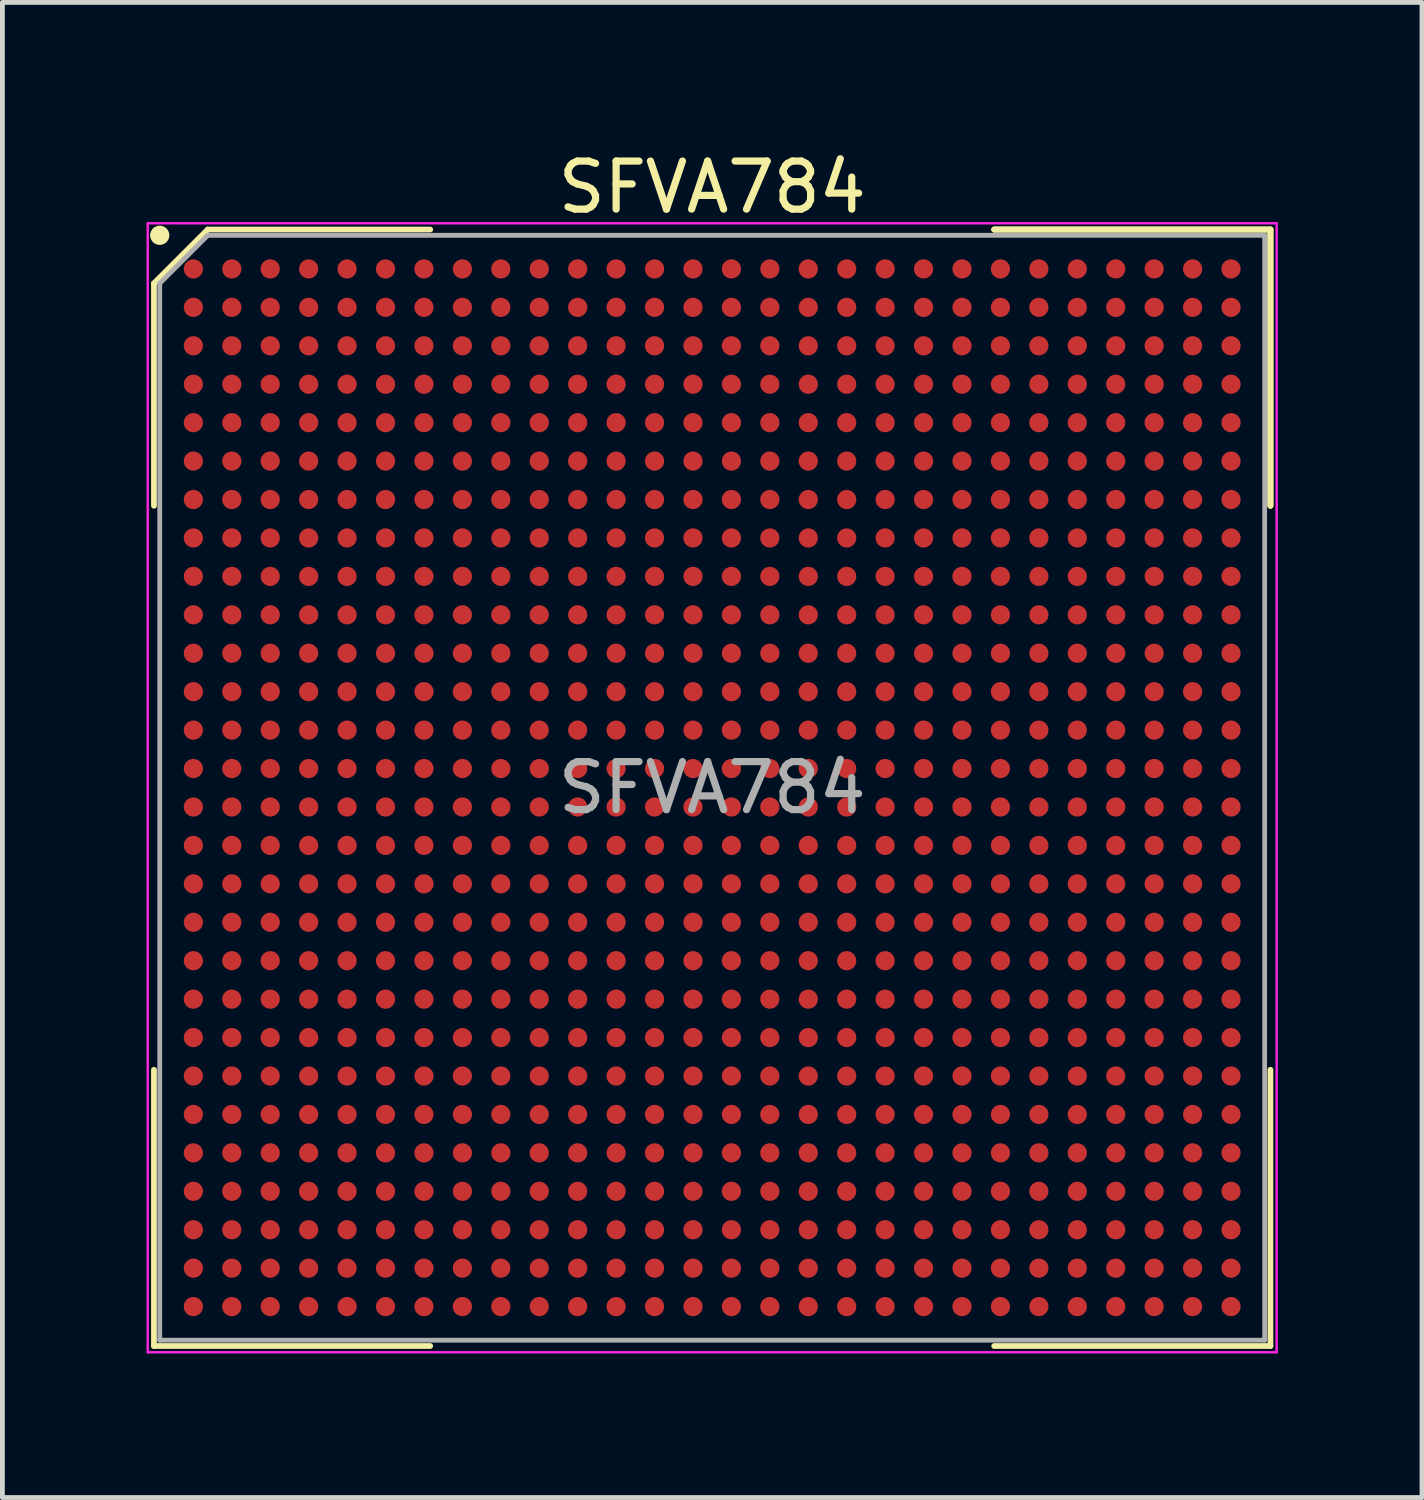
<source format=kicad_pcb>
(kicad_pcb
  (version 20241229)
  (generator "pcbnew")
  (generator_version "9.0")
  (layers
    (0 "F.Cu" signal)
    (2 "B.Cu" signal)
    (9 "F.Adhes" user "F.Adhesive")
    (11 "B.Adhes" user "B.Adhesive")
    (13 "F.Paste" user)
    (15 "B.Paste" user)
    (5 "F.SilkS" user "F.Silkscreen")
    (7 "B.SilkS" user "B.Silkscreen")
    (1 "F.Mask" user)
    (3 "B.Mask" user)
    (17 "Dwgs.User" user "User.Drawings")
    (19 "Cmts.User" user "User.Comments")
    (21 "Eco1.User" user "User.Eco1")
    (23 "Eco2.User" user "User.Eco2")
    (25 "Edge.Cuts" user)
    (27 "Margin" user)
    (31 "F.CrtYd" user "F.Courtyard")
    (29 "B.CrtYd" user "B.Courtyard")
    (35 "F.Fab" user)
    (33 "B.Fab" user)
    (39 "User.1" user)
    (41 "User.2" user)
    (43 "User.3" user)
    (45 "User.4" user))
  (footprint "SFVA784"
    (layer "F.Cu")
    (at 11.775 13.348)
    (property "Reference" "SFVA784" (at 0 -12.5 0) (layer "F.SilkS") (effects (font (size 1 1) (thickness 0.15))))
    (attr smd)
    (fp_line (start -11.62 -10.5) (end -11.62 -5.87) (stroke (width 0.12) (type solid)) (layer "F.SilkS"))
    (fp_line (start -11.62 11.62) (end -11.62 5.87) (stroke (width 0.12) (type solid)) (layer "F.SilkS"))
    (fp_line (start -10.5 -11.62) (end -11.62 -10.5) (stroke (width 0.12) (type solid)) (layer "F.SilkS"))
    (fp_line (start -5.87 -11.62) (end -10.5 -11.62) (stroke (width 0.12) (type solid)) (layer "F.SilkS"))
    (fp_line (start -5.87 11.62) (end -11.62 11.62) (stroke (width 0.12) (type solid)) (layer "F.SilkS"))
    (fp_line (start 5.87 -11.62) (end 11.62 -11.62) (stroke (width 0.12) (type solid)) (layer "F.SilkS"))
    (fp_line (start 5.87 -11.62) (end 11.62 -11.62) (stroke (width 0.12) (type solid)) (layer "F.SilkS"))
    (fp_line (start 5.87 -11.62) (end 11.62 -11.62) (stroke (width 0.12) (type solid)) (layer "F.SilkS"))
    (fp_line (start 5.87 11.62) (end 11.62 11.62) (stroke (width 0.12) (type solid)) (layer "F.SilkS"))
    (fp_line (start 11.62 -11.62) (end 11.62 -5.87) (stroke (width 0.12) (type solid)) (layer "F.SilkS"))
    (fp_line (start 11.62 -11.62) (end 11.62 -5.87) (stroke (width 0.12) (type solid)) (layer "F.SilkS"))
    (fp_line (start 11.62 -11.62) (end 11.62 -5.87) (stroke (width 0.12) (type solid)) (layer "F.SilkS"))
    (fp_line (start 11.62 11.62) (end 11.62 5.87) (stroke (width 0.12) (type solid)) (layer "F.SilkS"))
    (fp_circle (center -11.5 -11.5) (end -11.5 -11.4) (stroke (width 0.2) (type solid)) (fill no) (layer "F.SilkS"))
    (fp_line (start -11.75 -11.75) (end 11.75 -11.75) (stroke (width 0.05) (type solid)) (layer "F.CrtYd"))
    (fp_line (start -11.75 11.75) (end -11.75 -11.75) (stroke (width 0.05) (type solid)) (layer "F.CrtYd"))
    (fp_line (start 11.75 -11.75) (end 11.75 11.75) (stroke (width 0.05) (type solid)) (layer "F.CrtYd"))
    (fp_line (start 11.75 11.75) (end -11.75 11.75) (stroke (width 0.05) (type solid)) (layer "F.CrtYd"))
    (fp_line (start -11.5 -10.5) (end -11.5 11.5) (stroke (width 0.1) (type solid)) (layer "F.Fab"))
    (fp_line (start -11.5 11.5) (end 11.5 11.5) (stroke (width 0.1) (type solid)) (layer "F.Fab"))
    (fp_line (start -10.5 -11.5) (end -11.5 -10.5) (stroke (width 0.1) (type solid)) (layer "F.Fab"))
    (fp_line (start 11.5 -11.5) (end -10.5 -11.5) (stroke (width 0.1) (type solid)) (layer "F.Fab"))
    (fp_line (start 11.5 11.5) (end 11.5 -11.5) (stroke (width 0.1) (type solid)) (layer "F.Fab"))
    (fp_text user "${REFERENCE}" (at 0 0 0) (layer "F.Fab") (effects (font (size 1 1) (thickness 0.15))))
    (pad "A1" smd circle (at -10.8 -10.8) (size 0.4 0.4) (layers "F.Cu" "F.Mask" "F.Paste"))
    (pad "A2" smd circle (at -10 -10.8) (size 0.4 0.4) (layers "F.Cu" "F.Mask" "F.Paste"))
    (pad "A3" smd circle (at -9.2 -10.8) (size 0.4 0.4) (layers "F.Cu" "F.Mask" "F.Paste"))
    (pad "A4" smd circle (at -8.4 -10.8) (size 0.4 0.4) (layers "F.Cu" "F.Mask" "F.Paste"))
    (pad "A5" smd circle (at -7.6 -10.8) (size 0.4 0.4) (layers "F.Cu" "F.Mask" "F.Paste"))
    (pad "A6" smd circle (at -6.8 -10.8) (size 0.4 0.4) (layers "F.Cu" "F.Mask" "F.Paste"))
    (pad "A7" smd circle (at -6 -10.8) (size 0.4 0.4) (layers "F.Cu" "F.Mask" "F.Paste"))
    (pad "A8" smd circle (at -5.2 -10.8) (size 0.4 0.4) (layers "F.Cu" "F.Mask" "F.Paste"))
    (pad "A9" smd circle (at -4.4 -10.8) (size 0.4 0.4) (layers "F.Cu" "F.Mask" "F.Paste"))
    (pad "A10" smd circle (at -3.6 -10.8) (size 0.4 0.4) (layers "F.Cu" "F.Mask" "F.Paste"))
    (pad "A11" smd circle (at -2.8 -10.8) (size 0.4 0.4) (layers "F.Cu" "F.Mask" "F.Paste"))
    (pad "A12" smd circle (at -2 -10.8) (size 0.4 0.4) (layers "F.Cu" "F.Mask" "F.Paste"))
    (pad "A13" smd circle (at -1.2 -10.8) (size 0.4 0.4) (layers "F.Cu" "F.Mask" "F.Paste"))
    (pad "A14" smd circle (at -0.4 -10.8) (size 0.4 0.4) (layers "F.Cu" "F.Mask" "F.Paste"))
    (pad "A15" smd circle (at 0.4 -10.8) (size 0.4 0.4) (layers "F.Cu" "F.Mask" "F.Paste"))
    (pad "A16" smd circle (at 1.2 -10.8) (size 0.4 0.4) (layers "F.Cu" "F.Mask" "F.Paste"))
    (pad "A17" smd circle (at 2 -10.8) (size 0.4 0.4) (layers "F.Cu" "F.Mask" "F.Paste"))
    (pad "A18" smd circle (at 2.8 -10.8) (size 0.4 0.4) (layers "F.Cu" "F.Mask" "F.Paste"))
    (pad "A19" smd circle (at 3.6 -10.8) (size 0.4 0.4) (layers "F.Cu" "F.Mask" "F.Paste"))
    (pad "A20" smd circle (at 4.4 -10.8) (size 0.4 0.4) (layers "F.Cu" "F.Mask" "F.Paste"))
    (pad "A21" smd circle (at 5.2 -10.8) (size 0.4 0.4) (layers "F.Cu" "F.Mask" "F.Paste"))
    (pad "A22" smd circle (at 6 -10.8) (size 0.4 0.4) (layers "F.Cu" "F.Mask" "F.Paste"))
    (pad "A23" smd circle (at 6.8 -10.8) (size 0.4 0.4) (layers "F.Cu" "F.Mask" "F.Paste"))
    (pad "A24" smd circle (at 7.6 -10.8) (size 0.4 0.4) (layers "F.Cu" "F.Mask" "F.Paste"))
    (pad "A25" smd circle (at 8.4 -10.8) (size 0.4 0.4) (layers "F.Cu" "F.Mask" "F.Paste"))
    (pad "A26" smd circle (at 9.2 -10.8) (size 0.4 0.4) (layers "F.Cu" "F.Mask" "F.Paste"))
    (pad "A27" smd circle (at 10 -10.8) (size 0.4 0.4) (layers "F.Cu" "F.Mask" "F.Paste"))
    (pad "A28" smd circle (at 10.8 -10.8) (size 0.4 0.4) (layers "F.Cu" "F.Mask" "F.Paste"))
    (pad "AA1" smd circle (at -10.8 5.2) (size 0.4 0.4) (layers "F.Cu" "F.Mask" "F.Paste"))
    (pad "AA2" smd circle (at -10 5.2) (size 0.4 0.4) (layers "F.Cu" "F.Mask" "F.Paste"))
    (pad "AA3" smd circle (at -9.2 5.2) (size 0.4 0.4) (layers "F.Cu" "F.Mask" "F.Paste"))
    (pad "AA4" smd circle (at -8.4 5.2) (size 0.4 0.4) (layers "F.Cu" "F.Mask" "F.Paste"))
    (pad "AA5" smd circle (at -7.6 5.2) (size 0.4 0.4) (layers "F.Cu" "F.Mask" "F.Paste"))
    (pad "AA6" smd circle (at -6.8 5.2) (size 0.4 0.4) (layers "F.Cu" "F.Mask" "F.Paste"))
    (pad "AA7" smd circle (at -6 5.2) (size 0.4 0.4) (layers "F.Cu" "F.Mask" "F.Paste"))
    (pad "AA8" smd circle (at -5.2 5.2) (size 0.4 0.4) (layers "F.Cu" "F.Mask" "F.Paste"))
    (pad "AA9" smd circle (at -4.4 5.2) (size 0.4 0.4) (layers "F.Cu" "F.Mask" "F.Paste"))
    (pad "AA10" smd circle (at -3.6 5.2) (size 0.4 0.4) (layers "F.Cu" "F.Mask" "F.Paste"))
    (pad "AA11" smd circle (at -2.8 5.2) (size 0.4 0.4) (layers "F.Cu" "F.Mask" "F.Paste"))
    (pad "AA12" smd circle (at -2 5.2) (size 0.4 0.4) (layers "F.Cu" "F.Mask" "F.Paste"))
    (pad "AA13" smd circle (at -1.2 5.2) (size 0.4 0.4) (layers "F.Cu" "F.Mask" "F.Paste"))
    (pad "AA14" smd circle (at -0.4 5.2) (size 0.4 0.4) (layers "F.Cu" "F.Mask" "F.Paste"))
    (pad "AA15" smd circle (at 0.4 5.2) (size 0.4 0.4) (layers "F.Cu" "F.Mask" "F.Paste"))
    (pad "AA16" smd circle (at 1.2 5.2) (size 0.4 0.4) (layers "F.Cu" "F.Mask" "F.Paste"))
    (pad "AA17" smd circle (at 2 5.2) (size 0.4 0.4) (layers "F.Cu" "F.Mask" "F.Paste"))
    (pad "AA18" smd circle (at 2.8 5.2) (size 0.4 0.4) (layers "F.Cu" "F.Mask" "F.Paste"))
    (pad "AA19" smd circle (at 3.6 5.2) (size 0.4 0.4) (layers "F.Cu" "F.Mask" "F.Paste"))
    (pad "AA20" smd circle (at 4.4 5.2) (size 0.4 0.4) (layers "F.Cu" "F.Mask" "F.Paste"))
    (pad "AA21" smd circle (at 5.2 5.2) (size 0.4 0.4) (layers "F.Cu" "F.Mask" "F.Paste"))
    (pad "AA22" smd circle (at 6 5.2) (size 0.4 0.4) (layers "F.Cu" "F.Mask" "F.Paste"))
    (pad "AA23" smd circle (at 6.8 5.2) (size 0.4 0.4) (layers "F.Cu" "F.Mask" "F.Paste"))
    (pad "AA24" smd circle (at 7.6 5.2) (size 0.4 0.4) (layers "F.Cu" "F.Mask" "F.Paste"))
    (pad "AA25" smd circle (at 8.4 5.2) (size 0.4 0.4) (layers "F.Cu" "F.Mask" "F.Paste"))
    (pad "AA26" smd circle (at 9.2 5.2) (size 0.4 0.4) (layers "F.Cu" "F.Mask" "F.Paste"))
    (pad "AA27" smd circle (at 10 5.2) (size 0.4 0.4) (layers "F.Cu" "F.Mask" "F.Paste"))
    (pad "AA28" smd circle (at 10.8 5.2) (size 0.4 0.4) (layers "F.Cu" "F.Mask" "F.Paste"))
    (pad "AB1" smd circle (at -10.8 6) (size 0.4 0.4) (layers "F.Cu" "F.Mask" "F.Paste"))
    (pad "AB2" smd circle (at -10 6) (size 0.4 0.4) (layers "F.Cu" "F.Mask" "F.Paste"))
    (pad "AB3" smd circle (at -9.2 6) (size 0.4 0.4) (layers "F.Cu" "F.Mask" "F.Paste"))
    (pad "AB4" smd circle (at -8.4 6) (size 0.4 0.4) (layers "F.Cu" "F.Mask" "F.Paste"))
    (pad "AB5" smd circle (at -7.6 6) (size 0.4 0.4) (layers "F.Cu" "F.Mask" "F.Paste"))
    (pad "AB6" smd circle (at -6.8 6) (size 0.4 0.4) (layers "F.Cu" "F.Mask" "F.Paste"))
    (pad "AB7" smd circle (at -6 6) (size 0.4 0.4) (layers "F.Cu" "F.Mask" "F.Paste"))
    (pad "AB8" smd circle (at -5.2 6) (size 0.4 0.4) (layers "F.Cu" "F.Mask" "F.Paste"))
    (pad "AB9" smd circle (at -4.4 6) (size 0.4 0.4) (layers "F.Cu" "F.Mask" "F.Paste"))
    (pad "AB10" smd circle (at -3.6 6) (size 0.4 0.4) (layers "F.Cu" "F.Mask" "F.Paste"))
    (pad "AB11" smd circle (at -2.8 6) (size 0.4 0.4) (layers "F.Cu" "F.Mask" "F.Paste"))
    (pad "AB12" smd circle (at -2 6) (size 0.4 0.4) (layers "F.Cu" "F.Mask" "F.Paste"))
    (pad "AB13" smd circle (at -1.2 6) (size 0.4 0.4) (layers "F.Cu" "F.Mask" "F.Paste"))
    (pad "AB14" smd circle (at -0.4 6) (size 0.4 0.4) (layers "F.Cu" "F.Mask" "F.Paste"))
    (pad "AB15" smd circle (at 0.4 6) (size 0.4 0.4) (layers "F.Cu" "F.Mask" "F.Paste"))
    (pad "AB16" smd circle (at 1.2 6) (size 0.4 0.4) (layers "F.Cu" "F.Mask" "F.Paste"))
    (pad "AB17" smd circle (at 2 6) (size 0.4 0.4) (layers "F.Cu" "F.Mask" "F.Paste"))
    (pad "AB18" smd circle (at 2.8 6) (size 0.4 0.4) (layers "F.Cu" "F.Mask" "F.Paste"))
    (pad "AB19" smd circle (at 3.6 6) (size 0.4 0.4) (layers "F.Cu" "F.Mask" "F.Paste"))
    (pad "AB20" smd circle (at 4.4 6) (size 0.4 0.4) (layers "F.Cu" "F.Mask" "F.Paste"))
    (pad "AB21" smd circle (at 5.2 6) (size 0.4 0.4) (layers "F.Cu" "F.Mask" "F.Paste"))
    (pad "AB22" smd circle (at 6 6) (size 0.4 0.4) (layers "F.Cu" "F.Mask" "F.Paste"))
    (pad "AB23" smd circle (at 6.8 6) (size 0.4 0.4) (layers "F.Cu" "F.Mask" "F.Paste"))
    (pad "AB24" smd circle (at 7.6 6) (size 0.4 0.4) (layers "F.Cu" "F.Mask" "F.Paste"))
    (pad "AB25" smd circle (at 8.4 6) (size 0.4 0.4) (layers "F.Cu" "F.Mask" "F.Paste"))
    (pad "AB26" smd circle (at 9.2 6) (size 0.4 0.4) (layers "F.Cu" "F.Mask" "F.Paste"))
    (pad "AB27" smd circle (at 10 6) (size 0.4 0.4) (layers "F.Cu" "F.Mask" "F.Paste"))
    (pad "AB28" smd circle (at 10.8 6) (size 0.4 0.4) (layers "F.Cu" "F.Mask" "F.Paste"))
    (pad "AC1" smd circle (at -10.8 6.8) (size 0.4 0.4) (layers "F.Cu" "F.Mask" "F.Paste"))
    (pad "AC2" smd circle (at -10 6.8) (size 0.4 0.4) (layers "F.Cu" "F.Mask" "F.Paste"))
    (pad "AC3" smd circle (at -9.2 6.8) (size 0.4 0.4) (layers "F.Cu" "F.Mask" "F.Paste"))
    (pad "AC4" smd circle (at -8.4 6.8) (size 0.4 0.4) (layers "F.Cu" "F.Mask" "F.Paste"))
    (pad "AC5" smd circle (at -7.6 6.8) (size 0.4 0.4) (layers "F.Cu" "F.Mask" "F.Paste"))
    (pad "AC6" smd circle (at -6.8 6.8) (size 0.4 0.4) (layers "F.Cu" "F.Mask" "F.Paste"))
    (pad "AC7" smd circle (at -6 6.8) (size 0.4 0.4) (layers "F.Cu" "F.Mask" "F.Paste"))
    (pad "AC8" smd circle (at -5.2 6.8) (size 0.4 0.4) (layers "F.Cu" "F.Mask" "F.Paste"))
    (pad "AC9" smd circle (at -4.4 6.8) (size 0.4 0.4) (layers "F.Cu" "F.Mask" "F.Paste"))
    (pad "AC10" smd circle (at -3.6 6.8) (size 0.4 0.4) (layers "F.Cu" "F.Mask" "F.Paste"))
    (pad "AC11" smd circle (at -2.8 6.8) (size 0.4 0.4) (layers "F.Cu" "F.Mask" "F.Paste"))
    (pad "AC12" smd circle (at -2 6.8) (size 0.4 0.4) (layers "F.Cu" "F.Mask" "F.Paste"))
    (pad "AC13" smd circle (at -1.2 6.8) (size 0.4 0.4) (layers "F.Cu" "F.Mask" "F.Paste"))
    (pad "AC14" smd circle (at -0.4 6.8) (size 0.4 0.4) (layers "F.Cu" "F.Mask" "F.Paste"))
    (pad "AC15" smd circle (at 0.4 6.8) (size 0.4 0.4) (layers "F.Cu" "F.Mask" "F.Paste"))
    (pad "AC16" smd circle (at 1.2 6.8) (size 0.4 0.4) (layers "F.Cu" "F.Mask" "F.Paste"))
    (pad "AC17" smd circle (at 2 6.8) (size 0.4 0.4) (layers "F.Cu" "F.Mask" "F.Paste"))
    (pad "AC18" smd circle (at 2.8 6.8) (size 0.4 0.4) (layers "F.Cu" "F.Mask" "F.Paste"))
    (pad "AC19" smd circle (at 3.6 6.8) (size 0.4 0.4) (layers "F.Cu" "F.Mask" "F.Paste"))
    (pad "AC20" smd circle (at 4.4 6.8) (size 0.4 0.4) (layers "F.Cu" "F.Mask" "F.Paste"))
    (pad "AC21" smd circle (at 5.2 6.8) (size 0.4 0.4) (layers "F.Cu" "F.Mask" "F.Paste"))
    (pad "AC22" smd circle (at 6 6.8) (size 0.4 0.4) (layers "F.Cu" "F.Mask" "F.Paste"))
    (pad "AC23" smd circle (at 6.8 6.8) (size 0.4 0.4) (layers "F.Cu" "F.Mask" "F.Paste"))
    (pad "AC24" smd circle (at 7.6 6.8) (size 0.4 0.4) (layers "F.Cu" "F.Mask" "F.Paste"))
    (pad "AC25" smd circle (at 8.4 6.8) (size 0.4 0.4) (layers "F.Cu" "F.Mask" "F.Paste"))
    (pad "AC26" smd circle (at 9.2 6.8) (size 0.4 0.4) (layers "F.Cu" "F.Mask" "F.Paste"))
    (pad "AC27" smd circle (at 10 6.8) (size 0.4 0.4) (layers "F.Cu" "F.Mask" "F.Paste"))
    (pad "AC28" smd circle (at 10.8 6.8) (size 0.4 0.4) (layers "F.Cu" "F.Mask" "F.Paste"))
    (pad "AD1" smd circle (at -10.8 7.6) (size 0.4 0.4) (layers "F.Cu" "F.Mask" "F.Paste"))
    (pad "AD2" smd circle (at -10 7.6) (size 0.4 0.4) (layers "F.Cu" "F.Mask" "F.Paste"))
    (pad "AD3" smd circle (at -9.2 7.6) (size 0.4 0.4) (layers "F.Cu" "F.Mask" "F.Paste"))
    (pad "AD4" smd circle (at -8.4 7.6) (size 0.4 0.4) (layers "F.Cu" "F.Mask" "F.Paste"))
    (pad "AD5" smd circle (at -7.6 7.6) (size 0.4 0.4) (layers "F.Cu" "F.Mask" "F.Paste"))
    (pad "AD6" smd circle (at -6.8 7.6) (size 0.4 0.4) (layers "F.Cu" "F.Mask" "F.Paste"))
    (pad "AD7" smd circle (at -6 7.6) (size 0.4 0.4) (layers "F.Cu" "F.Mask" "F.Paste"))
    (pad "AD8" smd circle (at -5.2 7.6) (size 0.4 0.4) (layers "F.Cu" "F.Mask" "F.Paste"))
    (pad "AD9" smd circle (at -4.4 7.6) (size 0.4 0.4) (layers "F.Cu" "F.Mask" "F.Paste"))
    (pad "AD10" smd circle (at -3.6 7.6) (size 0.4 0.4) (layers "F.Cu" "F.Mask" "F.Paste"))
    (pad "AD11" smd circle (at -2.8 7.6) (size 0.4 0.4) (layers "F.Cu" "F.Mask" "F.Paste"))
    (pad "AD12" smd circle (at -2 7.6) (size 0.4 0.4) (layers "F.Cu" "F.Mask" "F.Paste"))
    (pad "AD13" smd circle (at -1.2 7.6) (size 0.4 0.4) (layers "F.Cu" "F.Mask" "F.Paste"))
    (pad "AD14" smd circle (at -0.4 7.6) (size 0.4 0.4) (layers "F.Cu" "F.Mask" "F.Paste"))
    (pad "AD15" smd circle (at 0.4 7.6) (size 0.4 0.4) (layers "F.Cu" "F.Mask" "F.Paste"))
    (pad "AD16" smd circle (at 1.2 7.6) (size 0.4 0.4) (layers "F.Cu" "F.Mask" "F.Paste"))
    (pad "AD17" smd circle (at 2 7.6) (size 0.4 0.4) (layers "F.Cu" "F.Mask" "F.Paste"))
    (pad "AD18" smd circle (at 2.8 7.6) (size 0.4 0.4) (layers "F.Cu" "F.Mask" "F.Paste"))
    (pad "AD19" smd circle (at 3.6 7.6) (size 0.4 0.4) (layers "F.Cu" "F.Mask" "F.Paste"))
    (pad "AD20" smd circle (at 4.4 7.6) (size 0.4 0.4) (layers "F.Cu" "F.Mask" "F.Paste"))
    (pad "AD21" smd circle (at 5.2 7.6) (size 0.4 0.4) (layers "F.Cu" "F.Mask" "F.Paste"))
    (pad "AD22" smd circle (at 6 7.6) (size 0.4 0.4) (layers "F.Cu" "F.Mask" "F.Paste"))
    (pad "AD23" smd circle (at 6.8 7.6) (size 0.4 0.4) (layers "F.Cu" "F.Mask" "F.Paste"))
    (pad "AD24" smd circle (at 7.6 7.6) (size 0.4 0.4) (layers "F.Cu" "F.Mask" "F.Paste"))
    (pad "AD25" smd circle (at 8.4 7.6) (size 0.4 0.4) (layers "F.Cu" "F.Mask" "F.Paste"))
    (pad "AD26" smd circle (at 9.2 7.6) (size 0.4 0.4) (layers "F.Cu" "F.Mask" "F.Paste"))
    (pad "AD27" smd circle (at 10 7.6) (size 0.4 0.4) (layers "F.Cu" "F.Mask" "F.Paste"))
    (pad "AD28" smd circle (at 10.8 7.6) (size 0.4 0.4) (layers "F.Cu" "F.Mask" "F.Paste"))
    (pad "AE1" smd circle (at -10.8 8.4) (size 0.4 0.4) (layers "F.Cu" "F.Mask" "F.Paste"))
    (pad "AE2" smd circle (at -10 8.4) (size 0.4 0.4) (layers "F.Cu" "F.Mask" "F.Paste"))
    (pad "AE3" smd circle (at -9.2 8.4) (size 0.4 0.4) (layers "F.Cu" "F.Mask" "F.Paste"))
    (pad "AE4" smd circle (at -8.4 8.4) (size 0.4 0.4) (layers "F.Cu" "F.Mask" "F.Paste"))
    (pad "AE5" smd circle (at -7.6 8.4) (size 0.4 0.4) (layers "F.Cu" "F.Mask" "F.Paste"))
    (pad "AE6" smd circle (at -6.8 8.4) (size 0.4 0.4) (layers "F.Cu" "F.Mask" "F.Paste"))
    (pad "AE7" smd circle (at -6 8.4) (size 0.4 0.4) (layers "F.Cu" "F.Mask" "F.Paste"))
    (pad "AE8" smd circle (at -5.2 8.4) (size 0.4 0.4) (layers "F.Cu" "F.Mask" "F.Paste"))
    (pad "AE9" smd circle (at -4.4 8.4) (size 0.4 0.4) (layers "F.Cu" "F.Mask" "F.Paste"))
    (pad "AE10" smd circle (at -3.6 8.4) (size 0.4 0.4) (layers "F.Cu" "F.Mask" "F.Paste"))
    (pad "AE11" smd circle (at -2.8 8.4) (size 0.4 0.4) (layers "F.Cu" "F.Mask" "F.Paste"))
    (pad "AE12" smd circle (at -2 8.4) (size 0.4 0.4) (layers "F.Cu" "F.Mask" "F.Paste"))
    (pad "AE13" smd circle (at -1.2 8.4) (size 0.4 0.4) (layers "F.Cu" "F.Mask" "F.Paste"))
    (pad "AE14" smd circle (at -0.4 8.4) (size 0.4 0.4) (layers "F.Cu" "F.Mask" "F.Paste"))
    (pad "AE15" smd circle (at 0.4 8.4) (size 0.4 0.4) (layers "F.Cu" "F.Mask" "F.Paste"))
    (pad "AE16" smd circle (at 1.2 8.4) (size 0.4 0.4) (layers "F.Cu" "F.Mask" "F.Paste"))
    (pad "AE17" smd circle (at 2 8.4) (size 0.4 0.4) (layers "F.Cu" "F.Mask" "F.Paste"))
    (pad "AE18" smd circle (at 2.8 8.4) (size 0.4 0.4) (layers "F.Cu" "F.Mask" "F.Paste"))
    (pad "AE19" smd circle (at 3.6 8.4) (size 0.4 0.4) (layers "F.Cu" "F.Mask" "F.Paste"))
    (pad "AE20" smd circle (at 4.4 8.4) (size 0.4 0.4) (layers "F.Cu" "F.Mask" "F.Paste"))
    (pad "AE21" smd circle (at 5.2 8.4) (size 0.4 0.4) (layers "F.Cu" "F.Mask" "F.Paste"))
    (pad "AE22" smd circle (at 6 8.4) (size 0.4 0.4) (layers "F.Cu" "F.Mask" "F.Paste"))
    (pad "AE23" smd circle (at 6.8 8.4) (size 0.4 0.4) (layers "F.Cu" "F.Mask" "F.Paste"))
    (pad "AE24" smd circle (at 7.6 8.4) (size 0.4 0.4) (layers "F.Cu" "F.Mask" "F.Paste"))
    (pad "AE25" smd circle (at 8.4 8.4) (size 0.4 0.4) (layers "F.Cu" "F.Mask" "F.Paste"))
    (pad "AE26" smd circle (at 9.2 8.4) (size 0.4 0.4) (layers "F.Cu" "F.Mask" "F.Paste"))
    (pad "AE27" smd circle (at 10 8.4) (size 0.4 0.4) (layers "F.Cu" "F.Mask" "F.Paste"))
    (pad "AE28" smd circle (at 10.8 8.4) (size 0.4 0.4) (layers "F.Cu" "F.Mask" "F.Paste"))
    (pad "AF1" smd circle (at -10.8 9.2) (size 0.4 0.4) (layers "F.Cu" "F.Mask" "F.Paste"))
    (pad "AF2" smd circle (at -10 9.2) (size 0.4 0.4) (layers "F.Cu" "F.Mask" "F.Paste"))
    (pad "AF3" smd circle (at -9.2 9.2) (size 0.4 0.4) (layers "F.Cu" "F.Mask" "F.Paste"))
    (pad "AF4" smd circle (at -8.4 9.2) (size 0.4 0.4) (layers "F.Cu" "F.Mask" "F.Paste"))
    (pad "AF5" smd circle (at -7.6 9.2) (size 0.4 0.4) (layers "F.Cu" "F.Mask" "F.Paste"))
    (pad "AF6" smd circle (at -6.8 9.2) (size 0.4 0.4) (layers "F.Cu" "F.Mask" "F.Paste"))
    (pad "AF7" smd circle (at -6 9.2) (size 0.4 0.4) (layers "F.Cu" "F.Mask" "F.Paste"))
    (pad "AF8" smd circle (at -5.2 9.2) (size 0.4 0.4) (layers "F.Cu" "F.Mask" "F.Paste"))
    (pad "AF9" smd circle (at -4.4 9.2) (size 0.4 0.4) (layers "F.Cu" "F.Mask" "F.Paste"))
    (pad "AF10" smd circle (at -3.6 9.2) (size 0.4 0.4) (layers "F.Cu" "F.Mask" "F.Paste"))
    (pad "AF11" smd circle (at -2.8 9.2) (size 0.4 0.4) (layers "F.Cu" "F.Mask" "F.Paste"))
    (pad "AF12" smd circle (at -2 9.2) (size 0.4 0.4) (layers "F.Cu" "F.Mask" "F.Paste"))
    (pad "AF13" smd circle (at -1.2 9.2) (size 0.4 0.4) (layers "F.Cu" "F.Mask" "F.Paste"))
    (pad "AF14" smd circle (at -0.4 9.2) (size 0.4 0.4) (layers "F.Cu" "F.Mask" "F.Paste"))
    (pad "AF15" smd circle (at 0.4 9.2) (size 0.4 0.4) (layers "F.Cu" "F.Mask" "F.Paste"))
    (pad "AF16" smd circle (at 1.2 9.2) (size 0.4 0.4) (layers "F.Cu" "F.Mask" "F.Paste"))
    (pad "AF17" smd circle (at 2 9.2) (size 0.4 0.4) (layers "F.Cu" "F.Mask" "F.Paste"))
    (pad "AF18" smd circle (at 2.8 9.2) (size 0.4 0.4) (layers "F.Cu" "F.Mask" "F.Paste"))
    (pad "AF19" smd circle (at 3.6 9.2) (size 0.4 0.4) (layers "F.Cu" "F.Mask" "F.Paste"))
    (pad "AF20" smd circle (at 4.4 9.2) (size 0.4 0.4) (layers "F.Cu" "F.Mask" "F.Paste"))
    (pad "AF21" smd circle (at 5.2 9.2) (size 0.4 0.4) (layers "F.Cu" "F.Mask" "F.Paste"))
    (pad "AF22" smd circle (at 6 9.2) (size 0.4 0.4) (layers "F.Cu" "F.Mask" "F.Paste"))
    (pad "AF23" smd circle (at 6.8 9.2) (size 0.4 0.4) (layers "F.Cu" "F.Mask" "F.Paste"))
    (pad "AF24" smd circle (at 7.6 9.2) (size 0.4 0.4) (layers "F.Cu" "F.Mask" "F.Paste"))
    (pad "AF25" smd circle (at 8.4 9.2) (size 0.4 0.4) (layers "F.Cu" "F.Mask" "F.Paste"))
    (pad "AF26" smd circle (at 9.2 9.2) (size 0.4 0.4) (layers "F.Cu" "F.Mask" "F.Paste"))
    (pad "AF27" smd circle (at 10 9.2) (size 0.4 0.4) (layers "F.Cu" "F.Mask" "F.Paste"))
    (pad "AF28" smd circle (at 10.8 9.2) (size 0.4 0.4) (layers "F.Cu" "F.Mask" "F.Paste"))
    (pad "AG1" smd circle (at -10.8 10) (size 0.4 0.4) (layers "F.Cu" "F.Mask" "F.Paste"))
    (pad "AG2" smd circle (at -10 10) (size 0.4 0.4) (layers "F.Cu" "F.Mask" "F.Paste"))
    (pad "AG3" smd circle (at -9.2 10) (size 0.4 0.4) (layers "F.Cu" "F.Mask" "F.Paste"))
    (pad "AG4" smd circle (at -8.4 10) (size 0.4 0.4) (layers "F.Cu" "F.Mask" "F.Paste"))
    (pad "AG5" smd circle (at -7.6 10) (size 0.4 0.4) (layers "F.Cu" "F.Mask" "F.Paste"))
    (pad "AG6" smd circle (at -6.8 10) (size 0.4 0.4) (layers "F.Cu" "F.Mask" "F.Paste"))
    (pad "AG7" smd circle (at -6 10) (size 0.4 0.4) (layers "F.Cu" "F.Mask" "F.Paste"))
    (pad "AG8" smd circle (at -5.2 10) (size 0.4 0.4) (layers "F.Cu" "F.Mask" "F.Paste"))
    (pad "AG9" smd circle (at -4.4 10) (size 0.4 0.4) (layers "F.Cu" "F.Mask" "F.Paste"))
    (pad "AG10" smd circle (at -3.6 10) (size 0.4 0.4) (layers "F.Cu" "F.Mask" "F.Paste"))
    (pad "AG11" smd circle (at -2.8 10) (size 0.4 0.4) (layers "F.Cu" "F.Mask" "F.Paste"))
    (pad "AG12" smd circle (at -2 10) (size 0.4 0.4) (layers "F.Cu" "F.Mask" "F.Paste"))
    (pad "AG13" smd circle (at -1.2 10) (size 0.4 0.4) (layers "F.Cu" "F.Mask" "F.Paste"))
    (pad "AG14" smd circle (at -0.4 10) (size 0.4 0.4) (layers "F.Cu" "F.Mask" "F.Paste"))
    (pad "AG15" smd circle (at 0.4 10) (size 0.4 0.4) (layers "F.Cu" "F.Mask" "F.Paste"))
    (pad "AG16" smd circle (at 1.2 10) (size 0.4 0.4) (layers "F.Cu" "F.Mask" "F.Paste"))
    (pad "AG17" smd circle (at 2 10) (size 0.4 0.4) (layers "F.Cu" "F.Mask" "F.Paste"))
    (pad "AG18" smd circle (at 2.8 10) (size 0.4 0.4) (layers "F.Cu" "F.Mask" "F.Paste"))
    (pad "AG19" smd circle (at 3.6 10) (size 0.4 0.4) (layers "F.Cu" "F.Mask" "F.Paste"))
    (pad "AG20" smd circle (at 4.4 10) (size 0.4 0.4) (layers "F.Cu" "F.Mask" "F.Paste"))
    (pad "AG21" smd circle (at 5.2 10) (size 0.4 0.4) (layers "F.Cu" "F.Mask" "F.Paste"))
    (pad "AG22" smd circle (at 6 10) (size 0.4 0.4) (layers "F.Cu" "F.Mask" "F.Paste"))
    (pad "AG23" smd circle (at 6.8 10) (size 0.4 0.4) (layers "F.Cu" "F.Mask" "F.Paste"))
    (pad "AG24" smd circle (at 7.6 10) (size 0.4 0.4) (layers "F.Cu" "F.Mask" "F.Paste"))
    (pad "AG25" smd circle (at 8.4 10) (size 0.4 0.4) (layers "F.Cu" "F.Mask" "F.Paste"))
    (pad "AG26" smd circle (at 9.2 10) (size 0.4 0.4) (layers "F.Cu" "F.Mask" "F.Paste"))
    (pad "AG27" smd circle (at 10 10) (size 0.4 0.4) (layers "F.Cu" "F.Mask" "F.Paste"))
    (pad "AG28" smd circle (at 10.8 10) (size 0.4 0.4) (layers "F.Cu" "F.Mask" "F.Paste"))
    (pad "AH1" smd circle (at -10.8 10.8) (size 0.4 0.4) (layers "F.Cu" "F.Mask" "F.Paste"))
    (pad "AH2" smd circle (at -10 10.8) (size 0.4 0.4) (layers "F.Cu" "F.Mask" "F.Paste"))
    (pad "AH3" smd circle (at -9.2 10.8) (size 0.4 0.4) (layers "F.Cu" "F.Mask" "F.Paste"))
    (pad "AH4" smd circle (at -8.4 10.8) (size 0.4 0.4) (layers "F.Cu" "F.Mask" "F.Paste"))
    (pad "AH5" smd circle (at -7.6 10.8) (size 0.4 0.4) (layers "F.Cu" "F.Mask" "F.Paste"))
    (pad "AH6" smd circle (at -6.8 10.8) (size 0.4 0.4) (layers "F.Cu" "F.Mask" "F.Paste"))
    (pad "AH7" smd circle (at -6 10.8) (size 0.4 0.4) (layers "F.Cu" "F.Mask" "F.Paste"))
    (pad "AH8" smd circle (at -5.2 10.8) (size 0.4 0.4) (layers "F.Cu" "F.Mask" "F.Paste"))
    (pad "AH9" smd circle (at -4.4 10.8) (size 0.4 0.4) (layers "F.Cu" "F.Mask" "F.Paste"))
    (pad "AH10" smd circle (at -3.6 10.8) (size 0.4 0.4) (layers "F.Cu" "F.Mask" "F.Paste"))
    (pad "AH11" smd circle (at -2.8 10.8) (size 0.4 0.4) (layers "F.Cu" "F.Mask" "F.Paste"))
    (pad "AH12" smd circle (at -2 10.8) (size 0.4 0.4) (layers "F.Cu" "F.Mask" "F.Paste"))
    (pad "AH13" smd circle (at -1.2 10.8) (size 0.4 0.4) (layers "F.Cu" "F.Mask" "F.Paste"))
    (pad "AH14" smd circle (at -0.4 10.8) (size 0.4 0.4) (layers "F.Cu" "F.Mask" "F.Paste"))
    (pad "AH15" smd circle (at 0.4 10.8) (size 0.4 0.4) (layers "F.Cu" "F.Mask" "F.Paste"))
    (pad "AH16" smd circle (at 1.2 10.8) (size 0.4 0.4) (layers "F.Cu" "F.Mask" "F.Paste"))
    (pad "AH17" smd circle (at 2 10.8) (size 0.4 0.4) (layers "F.Cu" "F.Mask" "F.Paste"))
    (pad "AH18" smd circle (at 2.8 10.8) (size 0.4 0.4) (layers "F.Cu" "F.Mask" "F.Paste"))
    (pad "AH19" smd circle (at 3.6 10.8) (size 0.4 0.4) (layers "F.Cu" "F.Mask" "F.Paste"))
    (pad "AH20" smd circle (at 4.4 10.8) (size 0.4 0.4) (layers "F.Cu" "F.Mask" "F.Paste"))
    (pad "AH21" smd circle (at 5.2 10.8) (size 0.4 0.4) (layers "F.Cu" "F.Mask" "F.Paste"))
    (pad "AH22" smd circle (at 6 10.8) (size 0.4 0.4) (layers "F.Cu" "F.Mask" "F.Paste"))
    (pad "AH23" smd circle (at 6.8 10.8) (size 0.4 0.4) (layers "F.Cu" "F.Mask" "F.Paste"))
    (pad "AH24" smd circle (at 7.6 10.8) (size 0.4 0.4) (layers "F.Cu" "F.Mask" "F.Paste"))
    (pad "AH25" smd circle (at 8.4 10.8) (size 0.4 0.4) (layers "F.Cu" "F.Mask" "F.Paste"))
    (pad "AH26" smd circle (at 9.2 10.8) (size 0.4 0.4) (layers "F.Cu" "F.Mask" "F.Paste"))
    (pad "AH27" smd circle (at 10 10.8) (size 0.4 0.4) (layers "F.Cu" "F.Mask" "F.Paste"))
    (pad "AH28" smd circle (at 10.8 10.8) (size 0.4 0.4) (layers "F.Cu" "F.Mask" "F.Paste"))
    (pad "B1" smd circle (at -10.8 -10) (size 0.4 0.4) (layers "F.Cu" "F.Mask" "F.Paste"))
    (pad "B2" smd circle (at -10 -10) (size 0.4 0.4) (layers "F.Cu" "F.Mask" "F.Paste"))
    (pad "B3" smd circle (at -9.2 -10) (size 0.4 0.4) (layers "F.Cu" "F.Mask" "F.Paste"))
    (pad "B4" smd circle (at -8.4 -10) (size 0.4 0.4) (layers "F.Cu" "F.Mask" "F.Paste"))
    (pad "B5" smd circle (at -7.6 -10) (size 0.4 0.4) (layers "F.Cu" "F.Mask" "F.Paste"))
    (pad "B6" smd circle (at -6.8 -10) (size 0.4 0.4) (layers "F.Cu" "F.Mask" "F.Paste"))
    (pad "B7" smd circle (at -6 -10) (size 0.4 0.4) (layers "F.Cu" "F.Mask" "F.Paste"))
    (pad "B8" smd circle (at -5.2 -10) (size 0.4 0.4) (layers "F.Cu" "F.Mask" "F.Paste"))
    (pad "B9" smd circle (at -4.4 -10) (size 0.4 0.4) (layers "F.Cu" "F.Mask" "F.Paste"))
    (pad "B10" smd circle (at -3.6 -10) (size 0.4 0.4) (layers "F.Cu" "F.Mask" "F.Paste"))
    (pad "B11" smd circle (at -2.8 -10) (size 0.4 0.4) (layers "F.Cu" "F.Mask" "F.Paste"))
    (pad "B12" smd circle (at -2 -10) (size 0.4 0.4) (layers "F.Cu" "F.Mask" "F.Paste"))
    (pad "B13" smd circle (at -1.2 -10) (size 0.4 0.4) (layers "F.Cu" "F.Mask" "F.Paste"))
    (pad "B14" smd circle (at -0.4 -10) (size 0.4 0.4) (layers "F.Cu" "F.Mask" "F.Paste"))
    (pad "B15" smd circle (at 0.4 -10) (size 0.4 0.4) (layers "F.Cu" "F.Mask" "F.Paste"))
    (pad "B16" smd circle (at 1.2 -10) (size 0.4 0.4) (layers "F.Cu" "F.Mask" "F.Paste"))
    (pad "B17" smd circle (at 2 -10) (size 0.4 0.4) (layers "F.Cu" "F.Mask" "F.Paste"))
    (pad "B18" smd circle (at 2.8 -10) (size 0.4 0.4) (layers "F.Cu" "F.Mask" "F.Paste"))
    (pad "B19" smd circle (at 3.6 -10) (size 0.4 0.4) (layers "F.Cu" "F.Mask" "F.Paste"))
    (pad "B20" smd circle (at 4.4 -10) (size 0.4 0.4) (layers "F.Cu" "F.Mask" "F.Paste"))
    (pad "B21" smd circle (at 5.2 -10) (size 0.4 0.4) (layers "F.Cu" "F.Mask" "F.Paste"))
    (pad "B22" smd circle (at 6 -10) (size 0.4 0.4) (layers "F.Cu" "F.Mask" "F.Paste"))
    (pad "B23" smd circle (at 6.8 -10) (size 0.4 0.4) (layers "F.Cu" "F.Mask" "F.Paste"))
    (pad "B24" smd circle (at 7.6 -10) (size 0.4 0.4) (layers "F.Cu" "F.Mask" "F.Paste"))
    (pad "B25" smd circle (at 8.4 -10) (size 0.4 0.4) (layers "F.Cu" "F.Mask" "F.Paste"))
    (pad "B26" smd circle (at 9.2 -10) (size 0.4 0.4) (layers "F.Cu" "F.Mask" "F.Paste"))
    (pad "B27" smd circle (at 10 -10) (size 0.4 0.4) (layers "F.Cu" "F.Mask" "F.Paste"))
    (pad "B28" smd circle (at 10.8 -10) (size 0.4 0.4) (layers "F.Cu" "F.Mask" "F.Paste"))
    (pad "C1" smd circle (at -10.8 -9.2) (size 0.4 0.4) (layers "F.Cu" "F.Mask" "F.Paste"))
    (pad "C2" smd circle (at -10 -9.2) (size 0.4 0.4) (layers "F.Cu" "F.Mask" "F.Paste"))
    (pad "C3" smd circle (at -9.2 -9.2) (size 0.4 0.4) (layers "F.Cu" "F.Mask" "F.Paste"))
    (pad "C4" smd circle (at -8.4 -9.2) (size 0.4 0.4) (layers "F.Cu" "F.Mask" "F.Paste"))
    (pad "C5" smd circle (at -7.6 -9.2) (size 0.4 0.4) (layers "F.Cu" "F.Mask" "F.Paste"))
    (pad "C6" smd circle (at -6.8 -9.2) (size 0.4 0.4) (layers "F.Cu" "F.Mask" "F.Paste"))
    (pad "C7" smd circle (at -6 -9.2) (size 0.4 0.4) (layers "F.Cu" "F.Mask" "F.Paste"))
    (pad "C8" smd circle (at -5.2 -9.2) (size 0.4 0.4) (layers "F.Cu" "F.Mask" "F.Paste"))
    (pad "C9" smd circle (at -4.4 -9.2) (size 0.4 0.4) (layers "F.Cu" "F.Mask" "F.Paste"))
    (pad "C10" smd circle (at -3.6 -9.2) (size 0.4 0.4) (layers "F.Cu" "F.Mask" "F.Paste"))
    (pad "C11" smd circle (at -2.8 -9.2) (size 0.4 0.4) (layers "F.Cu" "F.Mask" "F.Paste"))
    (pad "C12" smd circle (at -2 -9.2) (size 0.4 0.4) (layers "F.Cu" "F.Mask" "F.Paste"))
    (pad "C13" smd circle (at -1.2 -9.2) (size 0.4 0.4) (layers "F.Cu" "F.Mask" "F.Paste"))
    (pad "C14" smd circle (at -0.4 -9.2) (size 0.4 0.4) (layers "F.Cu" "F.Mask" "F.Paste"))
    (pad "C15" smd circle (at 0.4 -9.2) (size 0.4 0.4) (layers "F.Cu" "F.Mask" "F.Paste"))
    (pad "C16" smd circle (at 1.2 -9.2) (size 0.4 0.4) (layers "F.Cu" "F.Mask" "F.Paste"))
    (pad "C17" smd circle (at 2 -9.2) (size 0.4 0.4) (layers "F.Cu" "F.Mask" "F.Paste"))
    (pad "C18" smd circle (at 2.8 -9.2) (size 0.4 0.4) (layers "F.Cu" "F.Mask" "F.Paste"))
    (pad "C19" smd circle (at 3.6 -9.2) (size 0.4 0.4) (layers "F.Cu" "F.Mask" "F.Paste"))
    (pad "C20" smd circle (at 4.4 -9.2) (size 0.4 0.4) (layers "F.Cu" "F.Mask" "F.Paste"))
    (pad "C21" smd circle (at 5.2 -9.2) (size 0.4 0.4) (layers "F.Cu" "F.Mask" "F.Paste"))
    (pad "C22" smd circle (at 6 -9.2) (size 0.4 0.4) (layers "F.Cu" "F.Mask" "F.Paste"))
    (pad "C23" smd circle (at 6.8 -9.2) (size 0.4 0.4) (layers "F.Cu" "F.Mask" "F.Paste"))
    (pad "C24" smd circle (at 7.6 -9.2) (size 0.4 0.4) (layers "F.Cu" "F.Mask" "F.Paste"))
    (pad "C25" smd circle (at 8.4 -9.2) (size 0.4 0.4) (layers "F.Cu" "F.Mask" "F.Paste"))
    (pad "C26" smd circle (at 9.2 -9.2) (size 0.4 0.4) (layers "F.Cu" "F.Mask" "F.Paste"))
    (pad "C27" smd circle (at 10 -9.2) (size 0.4 0.4) (layers "F.Cu" "F.Mask" "F.Paste"))
    (pad "C28" smd circle (at 10.8 -9.2) (size 0.4 0.4) (layers "F.Cu" "F.Mask" "F.Paste"))
    (pad "D1" smd circle (at -10.8 -8.4) (size 0.4 0.4) (layers "F.Cu" "F.Mask" "F.Paste"))
    (pad "D2" smd circle (at -10 -8.4) (size 0.4 0.4) (layers "F.Cu" "F.Mask" "F.Paste"))
    (pad "D3" smd circle (at -9.2 -8.4) (size 0.4 0.4) (layers "F.Cu" "F.Mask" "F.Paste"))
    (pad "D4" smd circle (at -8.4 -8.4) (size 0.4 0.4) (layers "F.Cu" "F.Mask" "F.Paste"))
    (pad "D5" smd circle (at -7.6 -8.4) (size 0.4 0.4) (layers "F.Cu" "F.Mask" "F.Paste"))
    (pad "D6" smd circle (at -6.8 -8.4) (size 0.4 0.4) (layers "F.Cu" "F.Mask" "F.Paste"))
    (pad "D7" smd circle (at -6 -8.4) (size 0.4 0.4) (layers "F.Cu" "F.Mask" "F.Paste"))
    (pad "D8" smd circle (at -5.2 -8.4) (size 0.4 0.4) (layers "F.Cu" "F.Mask" "F.Paste"))
    (pad "D9" smd circle (at -4.4 -8.4) (size 0.4 0.4) (layers "F.Cu" "F.Mask" "F.Paste"))
    (pad "D10" smd circle (at -3.6 -8.4) (size 0.4 0.4) (layers "F.Cu" "F.Mask" "F.Paste"))
    (pad "D11" smd circle (at -2.8 -8.4) (size 0.4 0.4) (layers "F.Cu" "F.Mask" "F.Paste"))
    (pad "D12" smd circle (at -2 -8.4) (size 0.4 0.4) (layers "F.Cu" "F.Mask" "F.Paste"))
    (pad "D13" smd circle (at -1.2 -8.4) (size 0.4 0.4) (layers "F.Cu" "F.Mask" "F.Paste"))
    (pad "D14" smd circle (at -0.4 -8.4) (size 0.4 0.4) (layers "F.Cu" "F.Mask" "F.Paste"))
    (pad "D15" smd circle (at 0.4 -8.4) (size 0.4 0.4) (layers "F.Cu" "F.Mask" "F.Paste"))
    (pad "D16" smd circle (at 1.2 -8.4) (size 0.4 0.4) (layers "F.Cu" "F.Mask" "F.Paste"))
    (pad "D17" smd circle (at 2 -8.4) (size 0.4 0.4) (layers "F.Cu" "F.Mask" "F.Paste"))
    (pad "D18" smd circle (at 2.8 -8.4) (size 0.4 0.4) (layers "F.Cu" "F.Mask" "F.Paste"))
    (pad "D19" smd circle (at 3.6 -8.4) (size 0.4 0.4) (layers "F.Cu" "F.Mask" "F.Paste"))
    (pad "D20" smd circle (at 4.4 -8.4) (size 0.4 0.4) (layers "F.Cu" "F.Mask" "F.Paste"))
    (pad "D21" smd circle (at 5.2 -8.4) (size 0.4 0.4) (layers "F.Cu" "F.Mask" "F.Paste"))
    (pad "D22" smd circle (at 6 -8.4) (size 0.4 0.4) (layers "F.Cu" "F.Mask" "F.Paste"))
    (pad "D23" smd circle (at 6.8 -8.4) (size 0.4 0.4) (layers "F.Cu" "F.Mask" "F.Paste"))
    (pad "D24" smd circle (at 7.6 -8.4) (size 0.4 0.4) (layers "F.Cu" "F.Mask" "F.Paste"))
    (pad "D25" smd circle (at 8.4 -8.4) (size 0.4 0.4) (layers "F.Cu" "F.Mask" "F.Paste"))
    (pad "D26" smd circle (at 9.2 -8.4) (size 0.4 0.4) (layers "F.Cu" "F.Mask" "F.Paste"))
    (pad "D27" smd circle (at 10 -8.4) (size 0.4 0.4) (layers "F.Cu" "F.Mask" "F.Paste"))
    (pad "D28" smd circle (at 10.8 -8.4) (size 0.4 0.4) (layers "F.Cu" "F.Mask" "F.Paste"))
    (pad "E1" smd circle (at -10.8 -7.6) (size 0.4 0.4) (layers "F.Cu" "F.Mask" "F.Paste"))
    (pad "E2" smd circle (at -10 -7.6) (size 0.4 0.4) (layers "F.Cu" "F.Mask" "F.Paste"))
    (pad "E3" smd circle (at -9.2 -7.6) (size 0.4 0.4) (layers "F.Cu" "F.Mask" "F.Paste"))
    (pad "E4" smd circle (at -8.4 -7.6) (size 0.4 0.4) (layers "F.Cu" "F.Mask" "F.Paste"))
    (pad "E5" smd circle (at -7.6 -7.6) (size 0.4 0.4) (layers "F.Cu" "F.Mask" "F.Paste"))
    (pad "E6" smd circle (at -6.8 -7.6) (size 0.4 0.4) (layers "F.Cu" "F.Mask" "F.Paste"))
    (pad "E7" smd circle (at -6 -7.6) (size 0.4 0.4) (layers "F.Cu" "F.Mask" "F.Paste"))
    (pad "E8" smd circle (at -5.2 -7.6) (size 0.4 0.4) (layers "F.Cu" "F.Mask" "F.Paste"))
    (pad "E9" smd circle (at -4.4 -7.6) (size 0.4 0.4) (layers "F.Cu" "F.Mask" "F.Paste"))
    (pad "E10" smd circle (at -3.6 -7.6) (size 0.4 0.4) (layers "F.Cu" "F.Mask" "F.Paste"))
    (pad "E11" smd circle (at -2.8 -7.6) (size 0.4 0.4) (layers "F.Cu" "F.Mask" "F.Paste"))
    (pad "E12" smd circle (at -2 -7.6) (size 0.4 0.4) (layers "F.Cu" "F.Mask" "F.Paste"))
    (pad "E13" smd circle (at -1.2 -7.6) (size 0.4 0.4) (layers "F.Cu" "F.Mask" "F.Paste"))
    (pad "E14" smd circle (at -0.4 -7.6) (size 0.4 0.4) (layers "F.Cu" "F.Mask" "F.Paste"))
    (pad "E15" smd circle (at 0.4 -7.6) (size 0.4 0.4) (layers "F.Cu" "F.Mask" "F.Paste"))
    (pad "E16" smd circle (at 1.2 -7.6) (size 0.4 0.4) (layers "F.Cu" "F.Mask" "F.Paste"))
    (pad "E17" smd circle (at 2 -7.6) (size 0.4 0.4) (layers "F.Cu" "F.Mask" "F.Paste"))
    (pad "E18" smd circle (at 2.8 -7.6) (size 0.4 0.4) (layers "F.Cu" "F.Mask" "F.Paste"))
    (pad "E19" smd circle (at 3.6 -7.6) (size 0.4 0.4) (layers "F.Cu" "F.Mask" "F.Paste"))
    (pad "E20" smd circle (at 4.4 -7.6) (size 0.4 0.4) (layers "F.Cu" "F.Mask" "F.Paste"))
    (pad "E21" smd circle (at 5.2 -7.6) (size 0.4 0.4) (layers "F.Cu" "F.Mask" "F.Paste"))
    (pad "E22" smd circle (at 6 -7.6) (size 0.4 0.4) (layers "F.Cu" "F.Mask" "F.Paste"))
    (pad "E23" smd circle (at 6.8 -7.6) (size 0.4 0.4) (layers "F.Cu" "F.Mask" "F.Paste"))
    (pad "E24" smd circle (at 7.6 -7.6) (size 0.4 0.4) (layers "F.Cu" "F.Mask" "F.Paste"))
    (pad "E25" smd circle (at 8.4 -7.6) (size 0.4 0.4) (layers "F.Cu" "F.Mask" "F.Paste"))
    (pad "E26" smd circle (at 9.2 -7.6) (size 0.4 0.4) (layers "F.Cu" "F.Mask" "F.Paste"))
    (pad "E27" smd circle (at 10 -7.6) (size 0.4 0.4) (layers "F.Cu" "F.Mask" "F.Paste"))
    (pad "E28" smd circle (at 10.8 -7.6) (size 0.4 0.4) (layers "F.Cu" "F.Mask" "F.Paste"))
    (pad "F1" smd circle (at -10.8 -6.8) (size 0.4 0.4) (layers "F.Cu" "F.Mask" "F.Paste"))
    (pad "F2" smd circle (at -10 -6.8) (size 0.4 0.4) (layers "F.Cu" "F.Mask" "F.Paste"))
    (pad "F3" smd circle (at -9.2 -6.8) (size 0.4 0.4) (layers "F.Cu" "F.Mask" "F.Paste"))
    (pad "F4" smd circle (at -8.4 -6.8) (size 0.4 0.4) (layers "F.Cu" "F.Mask" "F.Paste"))
    (pad "F5" smd circle (at -7.6 -6.8) (size 0.4 0.4) (layers "F.Cu" "F.Mask" "F.Paste"))
    (pad "F6" smd circle (at -6.8 -6.8) (size 0.4 0.4) (layers "F.Cu" "F.Mask" "F.Paste"))
    (pad "F7" smd circle (at -6 -6.8) (size 0.4 0.4) (layers "F.Cu" "F.Mask" "F.Paste"))
    (pad "F8" smd circle (at -5.2 -6.8) (size 0.4 0.4) (layers "F.Cu" "F.Mask" "F.Paste"))
    (pad "F9" smd circle (at -4.4 -6.8) (size 0.4 0.4) (layers "F.Cu" "F.Mask" "F.Paste"))
    (pad "F10" smd circle (at -3.6 -6.8) (size 0.4 0.4) (layers "F.Cu" "F.Mask" "F.Paste"))
    (pad "F11" smd circle (at -2.8 -6.8) (size 0.4 0.4) (layers "F.Cu" "F.Mask" "F.Paste"))
    (pad "F12" smd circle (at -2 -6.8) (size 0.4 0.4) (layers "F.Cu" "F.Mask" "F.Paste"))
    (pad "F13" smd circle (at -1.2 -6.8) (size 0.4 0.4) (layers "F.Cu" "F.Mask" "F.Paste"))
    (pad "F14" smd circle (at -0.4 -6.8) (size 0.4 0.4) (layers "F.Cu" "F.Mask" "F.Paste"))
    (pad "F15" smd circle (at 0.4 -6.8) (size 0.4 0.4) (layers "F.Cu" "F.Mask" "F.Paste"))
    (pad "F16" smd circle (at 1.2 -6.8) (size 0.4 0.4) (layers "F.Cu" "F.Mask" "F.Paste"))
    (pad "F17" smd circle (at 2 -6.8) (size 0.4 0.4) (layers "F.Cu" "F.Mask" "F.Paste"))
    (pad "F18" smd circle (at 2.8 -6.8) (size 0.4 0.4) (layers "F.Cu" "F.Mask" "F.Paste"))
    (pad "F19" smd circle (at 3.6 -6.8) (size 0.4 0.4) (layers "F.Cu" "F.Mask" "F.Paste"))
    (pad "F20" smd circle (at 4.4 -6.8) (size 0.4 0.4) (layers "F.Cu" "F.Mask" "F.Paste"))
    (pad "F21" smd circle (at 5.2 -6.8) (size 0.4 0.4) (layers "F.Cu" "F.Mask" "F.Paste"))
    (pad "F22" smd circle (at 6 -6.8) (size 0.4 0.4) (layers "F.Cu" "F.Mask" "F.Paste"))
    (pad "F23" smd circle (at 6.8 -6.8) (size 0.4 0.4) (layers "F.Cu" "F.Mask" "F.Paste"))
    (pad "F24" smd circle (at 7.6 -6.8) (size 0.4 0.4) (layers "F.Cu" "F.Mask" "F.Paste"))
    (pad "F25" smd circle (at 8.4 -6.8) (size 0.4 0.4) (layers "F.Cu" "F.Mask" "F.Paste"))
    (pad "F26" smd circle (at 9.2 -6.8) (size 0.4 0.4) (layers "F.Cu" "F.Mask" "F.Paste"))
    (pad "F27" smd circle (at 10 -6.8) (size 0.4 0.4) (layers "F.Cu" "F.Mask" "F.Paste"))
    (pad "F28" smd circle (at 10.8 -6.8) (size 0.4 0.4) (layers "F.Cu" "F.Mask" "F.Paste"))
    (pad "G1" smd circle (at -10.8 -6) (size 0.4 0.4) (layers "F.Cu" "F.Mask" "F.Paste"))
    (pad "G2" smd circle (at -10 -6) (size 0.4 0.4) (layers "F.Cu" "F.Mask" "F.Paste"))
    (pad "G3" smd circle (at -9.2 -6) (size 0.4 0.4) (layers "F.Cu" "F.Mask" "F.Paste"))
    (pad "G4" smd circle (at -8.4 -6) (size 0.4 0.4) (layers "F.Cu" "F.Mask" "F.Paste"))
    (pad "G5" smd circle (at -7.6 -6) (size 0.4 0.4) (layers "F.Cu" "F.Mask" "F.Paste"))
    (pad "G6" smd circle (at -6.8 -6) (size 0.4 0.4) (layers "F.Cu" "F.Mask" "F.Paste"))
    (pad "G7" smd circle (at -6 -6) (size 0.4 0.4) (layers "F.Cu" "F.Mask" "F.Paste"))
    (pad "G8" smd circle (at -5.2 -6) (size 0.4 0.4) (layers "F.Cu" "F.Mask" "F.Paste"))
    (pad "G9" smd circle (at -4.4 -6) (size 0.4 0.4) (layers "F.Cu" "F.Mask" "F.Paste"))
    (pad "G10" smd circle (at -3.6 -6) (size 0.4 0.4) (layers "F.Cu" "F.Mask" "F.Paste"))
    (pad "G11" smd circle (at -2.8 -6) (size 0.4 0.4) (layers "F.Cu" "F.Mask" "F.Paste"))
    (pad "G12" smd circle (at -2 -6) (size 0.4 0.4) (layers "F.Cu" "F.Mask" "F.Paste"))
    (pad "G13" smd circle (at -1.2 -6) (size 0.4 0.4) (layers "F.Cu" "F.Mask" "F.Paste"))
    (pad "G14" smd circle (at -0.4 -6) (size 0.4 0.4) (layers "F.Cu" "F.Mask" "F.Paste"))
    (pad "G15" smd circle (at 0.4 -6) (size 0.4 0.4) (layers "F.Cu" "F.Mask" "F.Paste"))
    (pad "G16" smd circle (at 1.2 -6) (size 0.4 0.4) (layers "F.Cu" "F.Mask" "F.Paste"))
    (pad "G17" smd circle (at 2 -6) (size 0.4 0.4) (layers "F.Cu" "F.Mask" "F.Paste"))
    (pad "G18" smd circle (at 2.8 -6) (size 0.4 0.4) (layers "F.Cu" "F.Mask" "F.Paste"))
    (pad "G19" smd circle (at 3.6 -6) (size 0.4 0.4) (layers "F.Cu" "F.Mask" "F.Paste"))
    (pad "G20" smd circle (at 4.4 -6) (size 0.4 0.4) (layers "F.Cu" "F.Mask" "F.Paste"))
    (pad "G21" smd circle (at 5.2 -6) (size 0.4 0.4) (layers "F.Cu" "F.Mask" "F.Paste"))
    (pad "G22" smd circle (at 6 -6) (size 0.4 0.4) (layers "F.Cu" "F.Mask" "F.Paste"))
    (pad "G23" smd circle (at 6.8 -6) (size 0.4 0.4) (layers "F.Cu" "F.Mask" "F.Paste"))
    (pad "G24" smd circle (at 7.6 -6) (size 0.4 0.4) (layers "F.Cu" "F.Mask" "F.Paste"))
    (pad "G25" smd circle (at 8.4 -6) (size 0.4 0.4) (layers "F.Cu" "F.Mask" "F.Paste"))
    (pad "G26" smd circle (at 9.2 -6) (size 0.4 0.4) (layers "F.Cu" "F.Mask" "F.Paste"))
    (pad "G27" smd circle (at 10 -6) (size 0.4 0.4) (layers "F.Cu" "F.Mask" "F.Paste"))
    (pad "G28" smd circle (at 10.8 -6) (size 0.4 0.4) (layers "F.Cu" "F.Mask" "F.Paste"))
    (pad "H1" smd circle (at -10.8 -5.2) (size 0.4 0.4) (layers "F.Cu" "F.Mask" "F.Paste"))
    (pad "H2" smd circle (at -10 -5.2) (size 0.4 0.4) (layers "F.Cu" "F.Mask" "F.Paste"))
    (pad "H3" smd circle (at -9.2 -5.2) (size 0.4 0.4) (layers "F.Cu" "F.Mask" "F.Paste"))
    (pad "H4" smd circle (at -8.4 -5.2) (size 0.4 0.4) (layers "F.Cu" "F.Mask" "F.Paste"))
    (pad "H5" smd circle (at -7.6 -5.2) (size 0.4 0.4) (layers "F.Cu" "F.Mask" "F.Paste"))
    (pad "H6" smd circle (at -6.8 -5.2) (size 0.4 0.4) (layers "F.Cu" "F.Mask" "F.Paste"))
    (pad "H7" smd circle (at -6 -5.2) (size 0.4 0.4) (layers "F.Cu" "F.Mask" "F.Paste"))
    (pad "H8" smd circle (at -5.2 -5.2) (size 0.4 0.4) (layers "F.Cu" "F.Mask" "F.Paste"))
    (pad "H9" smd circle (at -4.4 -5.2) (size 0.4 0.4) (layers "F.Cu" "F.Mask" "F.Paste"))
    (pad "H10" smd circle (at -3.6 -5.2) (size 0.4 0.4) (layers "F.Cu" "F.Mask" "F.Paste"))
    (pad "H11" smd circle (at -2.8 -5.2) (size 0.4 0.4) (layers "F.Cu" "F.Mask" "F.Paste"))
    (pad "H12" smd circle (at -2 -5.2) (size 0.4 0.4) (layers "F.Cu" "F.Mask" "F.Paste"))
    (pad "H13" smd circle (at -1.2 -5.2) (size 0.4 0.4) (layers "F.Cu" "F.Mask" "F.Paste"))
    (pad "H14" smd circle (at -0.4 -5.2) (size 0.4 0.4) (layers "F.Cu" "F.Mask" "F.Paste"))
    (pad "H15" smd circle (at 0.4 -5.2) (size 0.4 0.4) (layers "F.Cu" "F.Mask" "F.Paste"))
    (pad "H16" smd circle (at 1.2 -5.2) (size 0.4 0.4) (layers "F.Cu" "F.Mask" "F.Paste"))
    (pad "H17" smd circle (at 2 -5.2) (size 0.4 0.4) (layers "F.Cu" "F.Mask" "F.Paste"))
    (pad "H18" smd circle (at 2.8 -5.2) (size 0.4 0.4) (layers "F.Cu" "F.Mask" "F.Paste"))
    (pad "H19" smd circle (at 3.6 -5.2) (size 0.4 0.4) (layers "F.Cu" "F.Mask" "F.Paste"))
    (pad "H20" smd circle (at 4.4 -5.2) (size 0.4 0.4) (layers "F.Cu" "F.Mask" "F.Paste"))
    (pad "H21" smd circle (at 5.2 -5.2) (size 0.4 0.4) (layers "F.Cu" "F.Mask" "F.Paste"))
    (pad "H22" smd circle (at 6 -5.2) (size 0.4 0.4) (layers "F.Cu" "F.Mask" "F.Paste"))
    (pad "H23" smd circle (at 6.8 -5.2) (size 0.4 0.4) (layers "F.Cu" "F.Mask" "F.Paste"))
    (pad "H24" smd circle (at 7.6 -5.2) (size 0.4 0.4) (layers "F.Cu" "F.Mask" "F.Paste"))
    (pad "H25" smd circle (at 8.4 -5.2) (size 0.4 0.4) (layers "F.Cu" "F.Mask" "F.Paste"))
    (pad "H26" smd circle (at 9.2 -5.2) (size 0.4 0.4) (layers "F.Cu" "F.Mask" "F.Paste"))
    (pad "H27" smd circle (at 10 -5.2) (size 0.4 0.4) (layers "F.Cu" "F.Mask" "F.Paste"))
    (pad "H28" smd circle (at 10.8 -5.2) (size 0.4 0.4) (layers "F.Cu" "F.Mask" "F.Paste"))
    (pad "J1" smd circle (at -10.8 -4.4) (size 0.4 0.4) (layers "F.Cu" "F.Mask" "F.Paste"))
    (pad "J2" smd circle (at -10 -4.4) (size 0.4 0.4) (layers "F.Cu" "F.Mask" "F.Paste"))
    (pad "J3" smd circle (at -9.2 -4.4) (size 0.4 0.4) (layers "F.Cu" "F.Mask" "F.Paste"))
    (pad "J4" smd circle (at -8.4 -4.4) (size 0.4 0.4) (layers "F.Cu" "F.Mask" "F.Paste"))
    (pad "J5" smd circle (at -7.6 -4.4) (size 0.4 0.4) (layers "F.Cu" "F.Mask" "F.Paste"))
    (pad "J6" smd circle (at -6.8 -4.4) (size 0.4 0.4) (layers "F.Cu" "F.Mask" "F.Paste"))
    (pad "J7" smd circle (at -6 -4.4) (size 0.4 0.4) (layers "F.Cu" "F.Mask" "F.Paste"))
    (pad "J8" smd circle (at -5.2 -4.4) (size 0.4 0.4) (layers "F.Cu" "F.Mask" "F.Paste"))
    (pad "J9" smd circle (at -4.4 -4.4) (size 0.4 0.4) (layers "F.Cu" "F.Mask" "F.Paste"))
    (pad "J10" smd circle (at -3.6 -4.4) (size 0.4 0.4) (layers "F.Cu" "F.Mask" "F.Paste"))
    (pad "J11" smd circle (at -2.8 -4.4) (size 0.4 0.4) (layers "F.Cu" "F.Mask" "F.Paste"))
    (pad "J12" smd circle (at -2 -4.4) (size 0.4 0.4) (layers "F.Cu" "F.Mask" "F.Paste"))
    (pad "J13" smd circle (at -1.2 -4.4) (size 0.4 0.4) (layers "F.Cu" "F.Mask" "F.Paste"))
    (pad "J14" smd circle (at -0.4 -4.4) (size 0.4 0.4) (layers "F.Cu" "F.Mask" "F.Paste"))
    (pad "J15" smd circle (at 0.4 -4.4) (size 0.4 0.4) (layers "F.Cu" "F.Mask" "F.Paste"))
    (pad "J16" smd circle (at 1.2 -4.4) (size 0.4 0.4) (layers "F.Cu" "F.Mask" "F.Paste"))
    (pad "J17" smd circle (at 2 -4.4) (size 0.4 0.4) (layers "F.Cu" "F.Mask" "F.Paste"))
    (pad "J18" smd circle (at 2.8 -4.4) (size 0.4 0.4) (layers "F.Cu" "F.Mask" "F.Paste"))
    (pad "J19" smd circle (at 3.6 -4.4) (size 0.4 0.4) (layers "F.Cu" "F.Mask" "F.Paste"))
    (pad "J20" smd circle (at 4.4 -4.4) (size 0.4 0.4) (layers "F.Cu" "F.Mask" "F.Paste"))
    (pad "J21" smd circle (at 5.2 -4.4) (size 0.4 0.4) (layers "F.Cu" "F.Mask" "F.Paste"))
    (pad "J22" smd circle (at 6 -4.4) (size 0.4 0.4) (layers "F.Cu" "F.Mask" "F.Paste"))
    (pad "J23" smd circle (at 6.8 -4.4) (size 0.4 0.4) (layers "F.Cu" "F.Mask" "F.Paste"))
    (pad "J24" smd circle (at 7.6 -4.4) (size 0.4 0.4) (layers "F.Cu" "F.Mask" "F.Paste"))
    (pad "J25" smd circle (at 8.4 -4.4) (size 0.4 0.4) (layers "F.Cu" "F.Mask" "F.Paste"))
    (pad "J26" smd circle (at 9.2 -4.4) (size 0.4 0.4) (layers "F.Cu" "F.Mask" "F.Paste"))
    (pad "J27" smd circle (at 10 -4.4) (size 0.4 0.4) (layers "F.Cu" "F.Mask" "F.Paste"))
    (pad "J28" smd circle (at 10.8 -4.4) (size 0.4 0.4) (layers "F.Cu" "F.Mask" "F.Paste"))
    (pad "K1" smd circle (at -10.8 -3.6) (size 0.4 0.4) (layers "F.Cu" "F.Mask" "F.Paste"))
    (pad "K2" smd circle (at -10 -3.6) (size 0.4 0.4) (layers "F.Cu" "F.Mask" "F.Paste"))
    (pad "K3" smd circle (at -9.2 -3.6) (size 0.4 0.4) (layers "F.Cu" "F.Mask" "F.Paste"))
    (pad "K4" smd circle (at -8.4 -3.6) (size 0.4 0.4) (layers "F.Cu" "F.Mask" "F.Paste"))
    (pad "K5" smd circle (at -7.6 -3.6) (size 0.4 0.4) (layers "F.Cu" "F.Mask" "F.Paste"))
    (pad "K6" smd circle (at -6.8 -3.6) (size 0.4 0.4) (layers "F.Cu" "F.Mask" "F.Paste"))
    (pad "K7" smd circle (at -6 -3.6) (size 0.4 0.4) (layers "F.Cu" "F.Mask" "F.Paste"))
    (pad "K8" smd circle (at -5.2 -3.6) (size 0.4 0.4) (layers "F.Cu" "F.Mask" "F.Paste"))
    (pad "K9" smd circle (at -4.4 -3.6) (size 0.4 0.4) (layers "F.Cu" "F.Mask" "F.Paste"))
    (pad "K10" smd circle (at -3.6 -3.6) (size 0.4 0.4) (layers "F.Cu" "F.Mask" "F.Paste"))
    (pad "K11" smd circle (at -2.8 -3.6) (size 0.4 0.4) (layers "F.Cu" "F.Mask" "F.Paste"))
    (pad "K12" smd circle (at -2 -3.6) (size 0.4 0.4) (layers "F.Cu" "F.Mask" "F.Paste"))
    (pad "K13" smd circle (at -1.2 -3.6) (size 0.4 0.4) (layers "F.Cu" "F.Mask" "F.Paste"))
    (pad "K14" smd circle (at -0.4 -3.6) (size 0.4 0.4) (layers "F.Cu" "F.Mask" "F.Paste"))
    (pad "K15" smd circle (at 0.4 -3.6) (size 0.4 0.4) (layers "F.Cu" "F.Mask" "F.Paste"))
    (pad "K16" smd circle (at 1.2 -3.6) (size 0.4 0.4) (layers "F.Cu" "F.Mask" "F.Paste"))
    (pad "K17" smd circle (at 2 -3.6) (size 0.4 0.4) (layers "F.Cu" "F.Mask" "F.Paste"))
    (pad "K18" smd circle (at 2.8 -3.6) (size 0.4 0.4) (layers "F.Cu" "F.Mask" "F.Paste"))
    (pad "K19" smd circle (at 3.6 -3.6) (size 0.4 0.4) (layers "F.Cu" "F.Mask" "F.Paste"))
    (pad "K20" smd circle (at 4.4 -3.6) (size 0.4 0.4) (layers "F.Cu" "F.Mask" "F.Paste"))
    (pad "K21" smd circle (at 5.2 -3.6) (size 0.4 0.4) (layers "F.Cu" "F.Mask" "F.Paste"))
    (pad "K22" smd circle (at 6 -3.6) (size 0.4 0.4) (layers "F.Cu" "F.Mask" "F.Paste"))
    (pad "K23" smd circle (at 6.8 -3.6) (size 0.4 0.4) (layers "F.Cu" "F.Mask" "F.Paste"))
    (pad "K24" smd circle (at 7.6 -3.6) (size 0.4 0.4) (layers "F.Cu" "F.Mask" "F.Paste"))
    (pad "K25" smd circle (at 8.4 -3.6) (size 0.4 0.4) (layers "F.Cu" "F.Mask" "F.Paste"))
    (pad "K26" smd circle (at 9.2 -3.6) (size 0.4 0.4) (layers "F.Cu" "F.Mask" "F.Paste"))
    (pad "K27" smd circle (at 10 -3.6) (size 0.4 0.4) (layers "F.Cu" "F.Mask" "F.Paste"))
    (pad "K28" smd circle (at 10.8 -3.6) (size 0.4 0.4) (layers "F.Cu" "F.Mask" "F.Paste"))
    (pad "L1" smd circle (at -10.8 -2.8) (size 0.4 0.4) (layers "F.Cu" "F.Mask" "F.Paste"))
    (pad "L2" smd circle (at -10 -2.8) (size 0.4 0.4) (layers "F.Cu" "F.Mask" "F.Paste"))
    (pad "L3" smd circle (at -9.2 -2.8) (size 0.4 0.4) (layers "F.Cu" "F.Mask" "F.Paste"))
    (pad "L4" smd circle (at -8.4 -2.8) (size 0.4 0.4) (layers "F.Cu" "F.Mask" "F.Paste"))
    (pad "L5" smd circle (at -7.6 -2.8) (size 0.4 0.4) (layers "F.Cu" "F.Mask" "F.Paste"))
    (pad "L6" smd circle (at -6.8 -2.8) (size 0.4 0.4) (layers "F.Cu" "F.Mask" "F.Paste"))
    (pad "L7" smd circle (at -6 -2.8) (size 0.4 0.4) (layers "F.Cu" "F.Mask" "F.Paste"))
    (pad "L8" smd circle (at -5.2 -2.8) (size 0.4 0.4) (layers "F.Cu" "F.Mask" "F.Paste"))
    (pad "L9" smd circle (at -4.4 -2.8) (size 0.4 0.4) (layers "F.Cu" "F.Mask" "F.Paste"))
    (pad "L10" smd circle (at -3.6 -2.8) (size 0.4 0.4) (layers "F.Cu" "F.Mask" "F.Paste"))
    (pad "L11" smd circle (at -2.8 -2.8) (size 0.4 0.4) (layers "F.Cu" "F.Mask" "F.Paste"))
    (pad "L12" smd circle (at -2 -2.8) (size 0.4 0.4) (layers "F.Cu" "F.Mask" "F.Paste"))
    (pad "L13" smd circle (at -1.2 -2.8) (size 0.4 0.4) (layers "F.Cu" "F.Mask" "F.Paste"))
    (pad "L14" smd circle (at -0.4 -2.8) (size 0.4 0.4) (layers "F.Cu" "F.Mask" "F.Paste"))
    (pad "L15" smd circle (at 0.4 -2.8) (size 0.4 0.4) (layers "F.Cu" "F.Mask" "F.Paste"))
    (pad "L16" smd circle (at 1.2 -2.8) (size 0.4 0.4) (layers "F.Cu" "F.Mask" "F.Paste"))
    (pad "L17" smd circle (at 2 -2.8) (size 0.4 0.4) (layers "F.Cu" "F.Mask" "F.Paste"))
    (pad "L18" smd circle (at 2.8 -2.8) (size 0.4 0.4) (layers "F.Cu" "F.Mask" "F.Paste"))
    (pad "L19" smd circle (at 3.6 -2.8) (size 0.4 0.4) (layers "F.Cu" "F.Mask" "F.Paste"))
    (pad "L20" smd circle (at 4.4 -2.8) (size 0.4 0.4) (layers "F.Cu" "F.Mask" "F.Paste"))
    (pad "L21" smd circle (at 5.2 -2.8) (size 0.4 0.4) (layers "F.Cu" "F.Mask" "F.Paste"))
    (pad "L22" smd circle (at 6 -2.8) (size 0.4 0.4) (layers "F.Cu" "F.Mask" "F.Paste"))
    (pad "L23" smd circle (at 6.8 -2.8) (size 0.4 0.4) (layers "F.Cu" "F.Mask" "F.Paste"))
    (pad "L24" smd circle (at 7.6 -2.8) (size 0.4 0.4) (layers "F.Cu" "F.Mask" "F.Paste"))
    (pad "L25" smd circle (at 8.4 -2.8) (size 0.4 0.4) (layers "F.Cu" "F.Mask" "F.Paste"))
    (pad "L26" smd circle (at 9.2 -2.8) (size 0.4 0.4) (layers "F.Cu" "F.Mask" "F.Paste"))
    (pad "L27" smd circle (at 10 -2.8) (size 0.4 0.4) (layers "F.Cu" "F.Mask" "F.Paste"))
    (pad "L28" smd circle (at 10.8 -2.8) (size 0.4 0.4) (layers "F.Cu" "F.Mask" "F.Paste"))
    (pad "M1" smd circle (at -10.8 -2) (size 0.4 0.4) (layers "F.Cu" "F.Mask" "F.Paste"))
    (pad "M2" smd circle (at -10 -2) (size 0.4 0.4) (layers "F.Cu" "F.Mask" "F.Paste"))
    (pad "M3" smd circle (at -9.2 -2) (size 0.4 0.4) (layers "F.Cu" "F.Mask" "F.Paste"))
    (pad "M4" smd circle (at -8.4 -2) (size 0.4 0.4) (layers "F.Cu" "F.Mask" "F.Paste"))
    (pad "M5" smd circle (at -7.6 -2) (size 0.4 0.4) (layers "F.Cu" "F.Mask" "F.Paste"))
    (pad "M6" smd circle (at -6.8 -2) (size 0.4 0.4) (layers "F.Cu" "F.Mask" "F.Paste"))
    (pad "M7" smd circle (at -6 -2) (size 0.4 0.4) (layers "F.Cu" "F.Mask" "F.Paste"))
    (pad "M8" smd circle (at -5.2 -2) (size 0.4 0.4) (layers "F.Cu" "F.Mask" "F.Paste"))
    (pad "M9" smd circle (at -4.4 -2) (size 0.4 0.4) (layers "F.Cu" "F.Mask" "F.Paste"))
    (pad "M10" smd circle (at -3.6 -2) (size 0.4 0.4) (layers "F.Cu" "F.Mask" "F.Paste"))
    (pad "M11" smd circle (at -2.8 -2) (size 0.4 0.4) (layers "F.Cu" "F.Mask" "F.Paste"))
    (pad "M12" smd circle (at -2 -2) (size 0.4 0.4) (layers "F.Cu" "F.Mask" "F.Paste"))
    (pad "M13" smd circle (at -1.2 -2) (size 0.4 0.4) (layers "F.Cu" "F.Mask" "F.Paste"))
    (pad "M14" smd circle (at -0.4 -2) (size 0.4 0.4) (layers "F.Cu" "F.Mask" "F.Paste"))
    (pad "M15" smd circle (at 0.4 -2) (size 0.4 0.4) (layers "F.Cu" "F.Mask" "F.Paste"))
    (pad "M16" smd circle (at 1.2 -2) (size 0.4 0.4) (layers "F.Cu" "F.Mask" "F.Paste"))
    (pad "M17" smd circle (at 2 -2) (size 0.4 0.4) (layers "F.Cu" "F.Mask" "F.Paste"))
    (pad "M18" smd circle (at 2.8 -2) (size 0.4 0.4) (layers "F.Cu" "F.Mask" "F.Paste"))
    (pad "M19" smd circle (at 3.6 -2) (size 0.4 0.4) (layers "F.Cu" "F.Mask" "F.Paste"))
    (pad "M20" smd circle (at 4.4 -2) (size 0.4 0.4) (layers "F.Cu" "F.Mask" "F.Paste"))
    (pad "M21" smd circle (at 5.2 -2) (size 0.4 0.4) (layers "F.Cu" "F.Mask" "F.Paste"))
    (pad "M22" smd circle (at 6 -2) (size 0.4 0.4) (layers "F.Cu" "F.Mask" "F.Paste"))
    (pad "M23" smd circle (at 6.8 -2) (size 0.4 0.4) (layers "F.Cu" "F.Mask" "F.Paste"))
    (pad "M24" smd circle (at 7.6 -2) (size 0.4 0.4) (layers "F.Cu" "F.Mask" "F.Paste"))
    (pad "M25" smd circle (at 8.4 -2) (size 0.4 0.4) (layers "F.Cu" "F.Mask" "F.Paste"))
    (pad "M26" smd circle (at 9.2 -2) (size 0.4 0.4) (layers "F.Cu" "F.Mask" "F.Paste"))
    (pad "M27" smd circle (at 10 -2) (size 0.4 0.4) (layers "F.Cu" "F.Mask" "F.Paste"))
    (pad "M28" smd circle (at 10.8 -2) (size 0.4 0.4) (layers "F.Cu" "F.Mask" "F.Paste"))
    (pad "N1" smd circle (at -10.8 -1.2) (size 0.4 0.4) (layers "F.Cu" "F.Mask" "F.Paste"))
    (pad "N2" smd circle (at -10 -1.2) (size 0.4 0.4) (layers "F.Cu" "F.Mask" "F.Paste"))
    (pad "N3" smd circle (at -9.2 -1.2) (size 0.4 0.4) (layers "F.Cu" "F.Mask" "F.Paste"))
    (pad "N4" smd circle (at -8.4 -1.2) (size 0.4 0.4) (layers "F.Cu" "F.Mask" "F.Paste"))
    (pad "N5" smd circle (at -7.6 -1.2) (size 0.4 0.4) (layers "F.Cu" "F.Mask" "F.Paste"))
    (pad "N6" smd circle (at -6.8 -1.2) (size 0.4 0.4) (layers "F.Cu" "F.Mask" "F.Paste"))
    (pad "N7" smd circle (at -6 -1.2) (size 0.4 0.4) (layers "F.Cu" "F.Mask" "F.Paste"))
    (pad "N8" smd circle (at -5.2 -1.2) (size 0.4 0.4) (layers "F.Cu" "F.Mask" "F.Paste"))
    (pad "N9" smd circle (at -4.4 -1.2) (size 0.4 0.4) (layers "F.Cu" "F.Mask" "F.Paste"))
    (pad "N10" smd circle (at -3.6 -1.2) (size 0.4 0.4) (layers "F.Cu" "F.Mask" "F.Paste"))
    (pad "N11" smd circle (at -2.8 -1.2) (size 0.4 0.4) (layers "F.Cu" "F.Mask" "F.Paste"))
    (pad "N12" smd circle (at -2 -1.2) (size 0.4 0.4) (layers "F.Cu" "F.Mask" "F.Paste"))
    (pad "N13" smd circle (at -1.2 -1.2) (size 0.4 0.4) (layers "F.Cu" "F.Mask" "F.Paste"))
    (pad "N14" smd circle (at -0.4 -1.2) (size 0.4 0.4) (layers "F.Cu" "F.Mask" "F.Paste"))
    (pad "N15" smd circle (at 0.4 -1.2) (size 0.4 0.4) (layers "F.Cu" "F.Mask" "F.Paste"))
    (pad "N16" smd circle (at 1.2 -1.2) (size 0.4 0.4) (layers "F.Cu" "F.Mask" "F.Paste"))
    (pad "N17" smd circle (at 2 -1.2) (size 0.4 0.4) (layers "F.Cu" "F.Mask" "F.Paste"))
    (pad "N18" smd circle (at 2.8 -1.2) (size 0.4 0.4) (layers "F.Cu" "F.Mask" "F.Paste"))
    (pad "N19" smd circle (at 3.6 -1.2) (size 0.4 0.4) (layers "F.Cu" "F.Mask" "F.Paste"))
    (pad "N20" smd circle (at 4.4 -1.2) (size 0.4 0.4) (layers "F.Cu" "F.Mask" "F.Paste"))
    (pad "N21" smd circle (at 5.2 -1.2) (size 0.4 0.4) (layers "F.Cu" "F.Mask" "F.Paste"))
    (pad "N22" smd circle (at 6 -1.2) (size 0.4 0.4) (layers "F.Cu" "F.Mask" "F.Paste"))
    (pad "N23" smd circle (at 6.8 -1.2) (size 0.4 0.4) (layers "F.Cu" "F.Mask" "F.Paste"))
    (pad "N24" smd circle (at 7.6 -1.2) (size 0.4 0.4) (layers "F.Cu" "F.Mask" "F.Paste"))
    (pad "N25" smd circle (at 8.4 -1.2) (size 0.4 0.4) (layers "F.Cu" "F.Mask" "F.Paste"))
    (pad "N26" smd circle (at 9.2 -1.2) (size 0.4 0.4) (layers "F.Cu" "F.Mask" "F.Paste"))
    (pad "N27" smd circle (at 10 -1.2) (size 0.4 0.4) (layers "F.Cu" "F.Mask" "F.Paste"))
    (pad "N28" smd circle (at 10.8 -1.2) (size 0.4 0.4) (layers "F.Cu" "F.Mask" "F.Paste"))
    (pad "P1" smd circle (at -10.8 -0.4) (size 0.4 0.4) (layers "F.Cu" "F.Mask" "F.Paste"))
    (pad "P2" smd circle (at -10 -0.4) (size 0.4 0.4) (layers "F.Cu" "F.Mask" "F.Paste"))
    (pad "P3" smd circle (at -9.2 -0.4) (size 0.4 0.4) (layers "F.Cu" "F.Mask" "F.Paste"))
    (pad "P4" smd circle (at -8.4 -0.4) (size 0.4 0.4) (layers "F.Cu" "F.Mask" "F.Paste"))
    (pad "P5" smd circle (at -7.6 -0.4) (size 0.4 0.4) (layers "F.Cu" "F.Mask" "F.Paste"))
    (pad "P6" smd circle (at -6.8 -0.4) (size 0.4 0.4) (layers "F.Cu" "F.Mask" "F.Paste"))
    (pad "P7" smd circle (at -6 -0.4) (size 0.4 0.4) (layers "F.Cu" "F.Mask" "F.Paste"))
    (pad "P8" smd circle (at -5.2 -0.4) (size 0.4 0.4) (layers "F.Cu" "F.Mask" "F.Paste"))
    (pad "P9" smd circle (at -4.4 -0.4) (size 0.4 0.4) (layers "F.Cu" "F.Mask" "F.Paste"))
    (pad "P10" smd circle (at -3.6 -0.4) (size 0.4 0.4) (layers "F.Cu" "F.Mask" "F.Paste"))
    (pad "P11" smd circle (at -2.8 -0.4) (size 0.4 0.4) (layers "F.Cu" "F.Mask" "F.Paste"))
    (pad "P12" smd circle (at -2 -0.4) (size 0.4 0.4) (layers "F.Cu" "F.Mask" "F.Paste"))
    (pad "P13" smd circle (at -1.2 -0.4) (size 0.4 0.4) (layers "F.Cu" "F.Mask" "F.Paste"))
    (pad "P14" smd circle (at -0.4 -0.4) (size 0.4 0.4) (layers "F.Cu" "F.Mask" "F.Paste"))
    (pad "P15" smd circle (at 0.4 -0.4) (size 0.4 0.4) (layers "F.Cu" "F.Mask" "F.Paste"))
    (pad "P16" smd circle (at 1.2 -0.4) (size 0.4 0.4) (layers "F.Cu" "F.Mask" "F.Paste"))
    (pad "P17" smd circle (at 2 -0.4) (size 0.4 0.4) (layers "F.Cu" "F.Mask" "F.Paste"))
    (pad "P18" smd circle (at 2.8 -0.4) (size 0.4 0.4) (layers "F.Cu" "F.Mask" "F.Paste"))
    (pad "P19" smd circle (at 3.6 -0.4) (size 0.4 0.4) (layers "F.Cu" "F.Mask" "F.Paste"))
    (pad "P20" smd circle (at 4.4 -0.4) (size 0.4 0.4) (layers "F.Cu" "F.Mask" "F.Paste"))
    (pad "P21" smd circle (at 5.2 -0.4) (size 0.4 0.4) (layers "F.Cu" "F.Mask" "F.Paste"))
    (pad "P22" smd circle (at 6 -0.4) (size 0.4 0.4) (layers "F.Cu" "F.Mask" "F.Paste"))
    (pad "P23" smd circle (at 6.8 -0.4) (size 0.4 0.4) (layers "F.Cu" "F.Mask" "F.Paste"))
    (pad "P24" smd circle (at 7.6 -0.4) (size 0.4 0.4) (layers "F.Cu" "F.Mask" "F.Paste"))
    (pad "P25" smd circle (at 8.4 -0.4) (size 0.4 0.4) (layers "F.Cu" "F.Mask" "F.Paste"))
    (pad "P26" smd circle (at 9.2 -0.4) (size 0.4 0.4) (layers "F.Cu" "F.Mask" "F.Paste"))
    (pad "P27" smd circle (at 10 -0.4) (size 0.4 0.4) (layers "F.Cu" "F.Mask" "F.Paste"))
    (pad "P28" smd circle (at 10.8 -0.4) (size 0.4 0.4) (layers "F.Cu" "F.Mask" "F.Paste"))
    (pad "R1" smd circle (at -10.8 0.4) (size 0.4 0.4) (layers "F.Cu" "F.Mask" "F.Paste"))
    (pad "R2" smd circle (at -10 0.4) (size 0.4 0.4) (layers "F.Cu" "F.Mask" "F.Paste"))
    (pad "R3" smd circle (at -9.2 0.4) (size 0.4 0.4) (layers "F.Cu" "F.Mask" "F.Paste"))
    (pad "R4" smd circle (at -8.4 0.4) (size 0.4 0.4) (layers "F.Cu" "F.Mask" "F.Paste"))
    (pad "R5" smd circle (at -7.6 0.4) (size 0.4 0.4) (layers "F.Cu" "F.Mask" "F.Paste"))
    (pad "R6" smd circle (at -6.8 0.4) (size 0.4 0.4) (layers "F.Cu" "F.Mask" "F.Paste"))
    (pad "R7" smd circle (at -6 0.4) (size 0.4 0.4) (layers "F.Cu" "F.Mask" "F.Paste"))
    (pad "R8" smd circle (at -5.2 0.4) (size 0.4 0.4) (layers "F.Cu" "F.Mask" "F.Paste"))
    (pad "R9" smd circle (at -4.4 0.4) (size 0.4 0.4) (layers "F.Cu" "F.Mask" "F.Paste"))
    (pad "R10" smd circle (at -3.6 0.4) (size 0.4 0.4) (layers "F.Cu" "F.Mask" "F.Paste"))
    (pad "R11" smd circle (at -2.8 0.4) (size 0.4 0.4) (layers "F.Cu" "F.Mask" "F.Paste"))
    (pad "R12" smd circle (at -2 0.4) (size 0.4 0.4) (layers "F.Cu" "F.Mask" "F.Paste"))
    (pad "R13" smd circle (at -1.2 0.4) (size 0.4 0.4) (layers "F.Cu" "F.Mask" "F.Paste"))
    (pad "R14" smd circle (at -0.4 0.4) (size 0.4 0.4) (layers "F.Cu" "F.Mask" "F.Paste"))
    (pad "R15" smd circle (at 0.4 0.4) (size 0.4 0.4) (layers "F.Cu" "F.Mask" "F.Paste"))
    (pad "R16" smd circle (at 1.2 0.4) (size 0.4 0.4) (layers "F.Cu" "F.Mask" "F.Paste"))
    (pad "R17" smd circle (at 2 0.4) (size 0.4 0.4) (layers "F.Cu" "F.Mask" "F.Paste"))
    (pad "R18" smd circle (at 2.8 0.4) (size 0.4 0.4) (layers "F.Cu" "F.Mask" "F.Paste"))
    (pad "R19" smd circle (at 3.6 0.4) (size 0.4 0.4) (layers "F.Cu" "F.Mask" "F.Paste"))
    (pad "R20" smd circle (at 4.4 0.4) (size 0.4 0.4) (layers "F.Cu" "F.Mask" "F.Paste"))
    (pad "R21" smd circle (at 5.2 0.4) (size 0.4 0.4) (layers "F.Cu" "F.Mask" "F.Paste"))
    (pad "R22" smd circle (at 6 0.4) (size 0.4 0.4) (layers "F.Cu" "F.Mask" "F.Paste"))
    (pad "R23" smd circle (at 6.8 0.4) (size 0.4 0.4) (layers "F.Cu" "F.Mask" "F.Paste"))
    (pad "R24" smd circle (at 7.6 0.4) (size 0.4 0.4) (layers "F.Cu" "F.Mask" "F.Paste"))
    (pad "R25" smd circle (at 8.4 0.4) (size 0.4 0.4) (layers "F.Cu" "F.Mask" "F.Paste"))
    (pad "R26" smd circle (at 9.2 0.4) (size 0.4 0.4) (layers "F.Cu" "F.Mask" "F.Paste"))
    (pad "R27" smd circle (at 10 0.4) (size 0.4 0.4) (layers "F.Cu" "F.Mask" "F.Paste"))
    (pad "R28" smd circle (at 10.8 0.4) (size 0.4 0.4) (layers "F.Cu" "F.Mask" "F.Paste"))
    (pad "T1" smd circle (at -10.8 1.2) (size 0.4 0.4) (layers "F.Cu" "F.Mask" "F.Paste"))
    (pad "T2" smd circle (at -10 1.2) (size 0.4 0.4) (layers "F.Cu" "F.Mask" "F.Paste"))
    (pad "T3" smd circle (at -9.2 1.2) (size 0.4 0.4) (layers "F.Cu" "F.Mask" "F.Paste"))
    (pad "T4" smd circle (at -8.4 1.2) (size 0.4 0.4) (layers "F.Cu" "F.Mask" "F.Paste"))
    (pad "T5" smd circle (at -7.6 1.2) (size 0.4 0.4) (layers "F.Cu" "F.Mask" "F.Paste"))
    (pad "T6" smd circle (at -6.8 1.2) (size 0.4 0.4) (layers "F.Cu" "F.Mask" "F.Paste"))
    (pad "T7" smd circle (at -6 1.2) (size 0.4 0.4) (layers "F.Cu" "F.Mask" "F.Paste"))
    (pad "T8" smd circle (at -5.2 1.2) (size 0.4 0.4) (layers "F.Cu" "F.Mask" "F.Paste"))
    (pad "T9" smd circle (at -4.4 1.2) (size 0.4 0.4) (layers "F.Cu" "F.Mask" "F.Paste"))
    (pad "T10" smd circle (at -3.6 1.2) (size 0.4 0.4) (layers "F.Cu" "F.Mask" "F.Paste"))
    (pad "T11" smd circle (at -2.8 1.2) (size 0.4 0.4) (layers "F.Cu" "F.Mask" "F.Paste"))
    (pad "T12" smd circle (at -2 1.2) (size 0.4 0.4) (layers "F.Cu" "F.Mask" "F.Paste"))
    (pad "T13" smd circle (at -1.2 1.2) (size 0.4 0.4) (layers "F.Cu" "F.Mask" "F.Paste"))
    (pad "T14" smd circle (at -0.4 1.2) (size 0.4 0.4) (layers "F.Cu" "F.Mask" "F.Paste"))
    (pad "T15" smd circle (at 0.4 1.2) (size 0.4 0.4) (layers "F.Cu" "F.Mask" "F.Paste"))
    (pad "T16" smd circle (at 1.2 1.2) (size 0.4 0.4) (layers "F.Cu" "F.Mask" "F.Paste"))
    (pad "T17" smd circle (at 2 1.2) (size 0.4 0.4) (layers "F.Cu" "F.Mask" "F.Paste"))
    (pad "T18" smd circle (at 2.8 1.2) (size 0.4 0.4) (layers "F.Cu" "F.Mask" "F.Paste"))
    (pad "T19" smd circle (at 3.6 1.2) (size 0.4 0.4) (layers "F.Cu" "F.Mask" "F.Paste"))
    (pad "T20" smd circle (at 4.4 1.2) (size 0.4 0.4) (layers "F.Cu" "F.Mask" "F.Paste"))
    (pad "T21" smd circle (at 5.2 1.2) (size 0.4 0.4) (layers "F.Cu" "F.Mask" "F.Paste"))
    (pad "T22" smd circle (at 6 1.2) (size 0.4 0.4) (layers "F.Cu" "F.Mask" "F.Paste"))
    (pad "T23" smd circle (at 6.8 1.2) (size 0.4 0.4) (layers "F.Cu" "F.Mask" "F.Paste"))
    (pad "T24" smd circle (at 7.6 1.2) (size 0.4 0.4) (layers "F.Cu" "F.Mask" "F.Paste"))
    (pad "T25" smd circle (at 8.4 1.2) (size 0.4 0.4) (layers "F.Cu" "F.Mask" "F.Paste"))
    (pad "T26" smd circle (at 9.2 1.2) (size 0.4 0.4) (layers "F.Cu" "F.Mask" "F.Paste"))
    (pad "T27" smd circle (at 10 1.2) (size 0.4 0.4) (layers "F.Cu" "F.Mask" "F.Paste"))
    (pad "T28" smd circle (at 10.8 1.2) (size 0.4 0.4) (layers "F.Cu" "F.Mask" "F.Paste"))
    (pad "U1" smd circle (at -10.8 2) (size 0.4 0.4) (layers "F.Cu" "F.Mask" "F.Paste"))
    (pad "U2" smd circle (at -10 2) (size 0.4 0.4) (layers "F.Cu" "F.Mask" "F.Paste"))
    (pad "U3" smd circle (at -9.2 2) (size 0.4 0.4) (layers "F.Cu" "F.Mask" "F.Paste"))
    (pad "U4" smd circle (at -8.4 2) (size 0.4 0.4) (layers "F.Cu" "F.Mask" "F.Paste"))
    (pad "U5" smd circle (at -7.6 2) (size 0.4 0.4) (layers "F.Cu" "F.Mask" "F.Paste"))
    (pad "U6" smd circle (at -6.8 2) (size 0.4 0.4) (layers "F.Cu" "F.Mask" "F.Paste"))
    (pad "U7" smd circle (at -6 2) (size 0.4 0.4) (layers "F.Cu" "F.Mask" "F.Paste"))
    (pad "U8" smd circle (at -5.2 2) (size 0.4 0.4) (layers "F.Cu" "F.Mask" "F.Paste"))
    (pad "U9" smd circle (at -4.4 2) (size 0.4 0.4) (layers "F.Cu" "F.Mask" "F.Paste"))
    (pad "U10" smd circle (at -3.6 2) (size 0.4 0.4) (layers "F.Cu" "F.Mask" "F.Paste"))
    (pad "U11" smd circle (at -2.8 2) (size 0.4 0.4) (layers "F.Cu" "F.Mask" "F.Paste"))
    (pad "U12" smd circle (at -2 2) (size 0.4 0.4) (layers "F.Cu" "F.Mask" "F.Paste"))
    (pad "U13" smd circle (at -1.2 2) (size 0.4 0.4) (layers "F.Cu" "F.Mask" "F.Paste"))
    (pad "U14" smd circle (at -0.4 2) (size 0.4 0.4) (layers "F.Cu" "F.Mask" "F.Paste"))
    (pad "U15" smd circle (at 0.4 2) (size 0.4 0.4) (layers "F.Cu" "F.Mask" "F.Paste"))
    (pad "U16" smd circle (at 1.2 2) (size 0.4 0.4) (layers "F.Cu" "F.Mask" "F.Paste"))
    (pad "U17" smd circle (at 2 2) (size 0.4 0.4) (layers "F.Cu" "F.Mask" "F.Paste"))
    (pad "U18" smd circle (at 2.8 2) (size 0.4 0.4) (layers "F.Cu" "F.Mask" "F.Paste"))
    (pad "U19" smd circle (at 3.6 2) (size 0.4 0.4) (layers "F.Cu" "F.Mask" "F.Paste"))
    (pad "U20" smd circle (at 4.4 2) (size 0.4 0.4) (layers "F.Cu" "F.Mask" "F.Paste"))
    (pad "U21" smd circle (at 5.2 2) (size 0.4 0.4) (layers "F.Cu" "F.Mask" "F.Paste"))
    (pad "U22" smd circle (at 6 2) (size 0.4 0.4) (layers "F.Cu" "F.Mask" "F.Paste"))
    (pad "U23" smd circle (at 6.8 2) (size 0.4 0.4) (layers "F.Cu" "F.Mask" "F.Paste"))
    (pad "U24" smd circle (at 7.6 2) (size 0.4 0.4) (layers "F.Cu" "F.Mask" "F.Paste"))
    (pad "U25" smd circle (at 8.4 2) (size 0.4 0.4) (layers "F.Cu" "F.Mask" "F.Paste"))
    (pad "U26" smd circle (at 9.2 2) (size 0.4 0.4) (layers "F.Cu" "F.Mask" "F.Paste"))
    (pad "U27" smd circle (at 10 2) (size 0.4 0.4) (layers "F.Cu" "F.Mask" "F.Paste"))
    (pad "U28" smd circle (at 10.8 2) (size 0.4 0.4) (layers "F.Cu" "F.Mask" "F.Paste"))
    (pad "V1" smd circle (at -10.8 2.8) (size 0.4 0.4) (layers "F.Cu" "F.Mask" "F.Paste"))
    (pad "V2" smd circle (at -10 2.8) (size 0.4 0.4) (layers "F.Cu" "F.Mask" "F.Paste"))
    (pad "V3" smd circle (at -9.2 2.8) (size 0.4 0.4) (layers "F.Cu" "F.Mask" "F.Paste"))
    (pad "V4" smd circle (at -8.4 2.8) (size 0.4 0.4) (layers "F.Cu" "F.Mask" "F.Paste"))
    (pad "V5" smd circle (at -7.6 2.8) (size 0.4 0.4) (layers "F.Cu" "F.Mask" "F.Paste"))
    (pad "V6" smd circle (at -6.8 2.8) (size 0.4 0.4) (layers "F.Cu" "F.Mask" "F.Paste"))
    (pad "V7" smd circle (at -6 2.8) (size 0.4 0.4) (layers "F.Cu" "F.Mask" "F.Paste"))
    (pad "V8" smd circle (at -5.2 2.8) (size 0.4 0.4) (layers "F.Cu" "F.Mask" "F.Paste"))
    (pad "V9" smd circle (at -4.4 2.8) (size 0.4 0.4) (layers "F.Cu" "F.Mask" "F.Paste"))
    (pad "V10" smd circle (at -3.6 2.8) (size 0.4 0.4) (layers "F.Cu" "F.Mask" "F.Paste"))
    (pad "V11" smd circle (at -2.8 2.8) (size 0.4 0.4) (layers "F.Cu" "F.Mask" "F.Paste"))
    (pad "V12" smd circle (at -2 2.8) (size 0.4 0.4) (layers "F.Cu" "F.Mask" "F.Paste"))
    (pad "V13" smd circle (at -1.2 2.8) (size 0.4 0.4) (layers "F.Cu" "F.Mask" "F.Paste"))
    (pad "V14" smd circle (at -0.4 2.8) (size 0.4 0.4) (layers "F.Cu" "F.Mask" "F.Paste"))
    (pad "V15" smd circle (at 0.4 2.8) (size 0.4 0.4) (layers "F.Cu" "F.Mask" "F.Paste"))
    (pad "V16" smd circle (at 1.2 2.8) (size 0.4 0.4) (layers "F.Cu" "F.Mask" "F.Paste"))
    (pad "V17" smd circle (at 2 2.8) (size 0.4 0.4) (layers "F.Cu" "F.Mask" "F.Paste"))
    (pad "V18" smd circle (at 2.8 2.8) (size 0.4 0.4) (layers "F.Cu" "F.Mask" "F.Paste"))
    (pad "V19" smd circle (at 3.6 2.8) (size 0.4 0.4) (layers "F.Cu" "F.Mask" "F.Paste"))
    (pad "V20" smd circle (at 4.4 2.8) (size 0.4 0.4) (layers "F.Cu" "F.Mask" "F.Paste"))
    (pad "V21" smd circle (at 5.2 2.8) (size 0.4 0.4) (layers "F.Cu" "F.Mask" "F.Paste"))
    (pad "V22" smd circle (at 6 2.8) (size 0.4 0.4) (layers "F.Cu" "F.Mask" "F.Paste"))
    (pad "V23" smd circle (at 6.8 2.8) (size 0.4 0.4) (layers "F.Cu" "F.Mask" "F.Paste"))
    (pad "V24" smd circle (at 7.6 2.8) (size 0.4 0.4) (layers "F.Cu" "F.Mask" "F.Paste"))
    (pad "V25" smd circle (at 8.4 2.8) (size 0.4 0.4) (layers "F.Cu" "F.Mask" "F.Paste"))
    (pad "V26" smd circle (at 9.2 2.8) (size 0.4 0.4) (layers "F.Cu" "F.Mask" "F.Paste"))
    (pad "V27" smd circle (at 10 2.8) (size 0.4 0.4) (layers "F.Cu" "F.Mask" "F.Paste"))
    (pad "V28" smd circle (at 10.8 2.8) (size 0.4 0.4) (layers "F.Cu" "F.Mask" "F.Paste"))
    (pad "W1" smd circle (at -10.8 3.6) (size 0.4 0.4) (layers "F.Cu" "F.Mask" "F.Paste"))
    (pad "W2" smd circle (at -10 3.6) (size 0.4 0.4) (layers "F.Cu" "F.Mask" "F.Paste"))
    (pad "W3" smd circle (at -9.2 3.6) (size 0.4 0.4) (layers "F.Cu" "F.Mask" "F.Paste"))
    (pad "W4" smd circle (at -8.4 3.6) (size 0.4 0.4) (layers "F.Cu" "F.Mask" "F.Paste"))
    (pad "W5" smd circle (at -7.6 3.6) (size 0.4 0.4) (layers "F.Cu" "F.Mask" "F.Paste"))
    (pad "W6" smd circle (at -6.8 3.6) (size 0.4 0.4) (layers "F.Cu" "F.Mask" "F.Paste"))
    (pad "W7" smd circle (at -6 3.6) (size 0.4 0.4) (layers "F.Cu" "F.Mask" "F.Paste"))
    (pad "W8" smd circle (at -5.2 3.6) (size 0.4 0.4) (layers "F.Cu" "F.Mask" "F.Paste"))
    (pad "W9" smd circle (at -4.4 3.6) (size 0.4 0.4) (layers "F.Cu" "F.Mask" "F.Paste"))
    (pad "W10" smd circle (at -3.6 3.6) (size 0.4 0.4) (layers "F.Cu" "F.Mask" "F.Paste"))
    (pad "W11" smd circle (at -2.8 3.6) (size 0.4 0.4) (layers "F.Cu" "F.Mask" "F.Paste"))
    (pad "W12" smd circle (at -2 3.6) (size 0.4 0.4) (layers "F.Cu" "F.Mask" "F.Paste"))
    (pad "W13" smd circle (at -1.2 3.6) (size 0.4 0.4) (layers "F.Cu" "F.Mask" "F.Paste"))
    (pad "W14" smd circle (at -0.4 3.6) (size 0.4 0.4) (layers "F.Cu" "F.Mask" "F.Paste"))
    (pad "W15" smd circle (at 0.4 3.6) (size 0.4 0.4) (layers "F.Cu" "F.Mask" "F.Paste"))
    (pad "W16" smd circle (at 1.2 3.6) (size 0.4 0.4) (layers "F.Cu" "F.Mask" "F.Paste"))
    (pad "W17" smd circle (at 2 3.6) (size 0.4 0.4) (layers "F.Cu" "F.Mask" "F.Paste"))
    (pad "W18" smd circle (at 2.8 3.6) (size 0.4 0.4) (layers "F.Cu" "F.Mask" "F.Paste"))
    (pad "W19" smd circle (at 3.6 3.6) (size 0.4 0.4) (layers "F.Cu" "F.Mask" "F.Paste"))
    (pad "W20" smd circle (at 4.4 3.6) (size 0.4 0.4) (layers "F.Cu" "F.Mask" "F.Paste"))
    (pad "W21" smd circle (at 5.2 3.6) (size 0.4 0.4) (layers "F.Cu" "F.Mask" "F.Paste"))
    (pad "W22" smd circle (at 6 3.6) (size 0.4 0.4) (layers "F.Cu" "F.Mask" "F.Paste"))
    (pad "W23" smd circle (at 6.8 3.6) (size 0.4 0.4) (layers "F.Cu" "F.Mask" "F.Paste"))
    (pad "W24" smd circle (at 7.6 3.6) (size 0.4 0.4) (layers "F.Cu" "F.Mask" "F.Paste"))
    (pad "W25" smd circle (at 8.4 3.6) (size 0.4 0.4) (layers "F.Cu" "F.Mask" "F.Paste"))
    (pad "W26" smd circle (at 9.2 3.6) (size 0.4 0.4) (layers "F.Cu" "F.Mask" "F.Paste"))
    (pad "W27" smd circle (at 10 3.6) (size 0.4 0.4) (layers "F.Cu" "F.Mask" "F.Paste"))
    (pad "W28" smd circle (at 10.8 3.6) (size 0.4 0.4) (layers "F.Cu" "F.Mask" "F.Paste"))
    (pad "Y1" smd circle (at -10.8 4.4) (size 0.4 0.4) (layers "F.Cu" "F.Mask" "F.Paste"))
    (pad "Y2" smd circle (at -10 4.4) (size 0.4 0.4) (layers "F.Cu" "F.Mask" "F.Paste"))
    (pad "Y3" smd circle (at -9.2 4.4) (size 0.4 0.4) (layers "F.Cu" "F.Mask" "F.Paste"))
    (pad "Y4" smd circle (at -8.4 4.4) (size 0.4 0.4) (layers "F.Cu" "F.Mask" "F.Paste"))
    (pad "Y5" smd circle (at -7.6 4.4) (size 0.4 0.4) (layers "F.Cu" "F.Mask" "F.Paste"))
    (pad "Y6" smd circle (at -6.8 4.4) (size 0.4 0.4) (layers "F.Cu" "F.Mask" "F.Paste"))
    (pad "Y7" smd circle (at -6 4.4) (size 0.4 0.4) (layers "F.Cu" "F.Mask" "F.Paste"))
    (pad "Y8" smd circle (at -5.2 4.4) (size 0.4 0.4) (layers "F.Cu" "F.Mask" "F.Paste"))
    (pad "Y9" smd circle (at -4.4 4.4) (size 0.4 0.4) (layers "F.Cu" "F.Mask" "F.Paste"))
    (pad "Y10" smd circle (at -3.6 4.4) (size 0.4 0.4) (layers "F.Cu" "F.Mask" "F.Paste"))
    (pad "Y11" smd circle (at -2.8 4.4) (size 0.4 0.4) (layers "F.Cu" "F.Mask" "F.Paste"))
    (pad "Y12" smd circle (at -2 4.4) (size 0.4 0.4) (layers "F.Cu" "F.Mask" "F.Paste"))
    (pad "Y13" smd circle (at -1.2 4.4) (size 0.4 0.4) (layers "F.Cu" "F.Mask" "F.Paste"))
    (pad "Y14" smd circle (at -0.4 4.4) (size 0.4 0.4) (layers "F.Cu" "F.Mask" "F.Paste"))
    (pad "Y15" smd circle (at 0.4 4.4) (size 0.4 0.4) (layers "F.Cu" "F.Mask" "F.Paste"))
    (pad "Y16" smd circle (at 1.2 4.4) (size 0.4 0.4) (layers "F.Cu" "F.Mask" "F.Paste"))
    (pad "Y17" smd circle (at 2 4.4) (size 0.4 0.4) (layers "F.Cu" "F.Mask" "F.Paste"))
    (pad "Y18" smd circle (at 2.8 4.4) (size 0.4 0.4) (layers "F.Cu" "F.Mask" "F.Paste"))
    (pad "Y19" smd circle (at 3.6 4.4) (size 0.4 0.4) (layers "F.Cu" "F.Mask" "F.Paste"))
    (pad "Y20" smd circle (at 4.4 4.4) (size 0.4 0.4) (layers "F.Cu" "F.Mask" "F.Paste"))
    (pad "Y21" smd circle (at 5.2 4.4) (size 0.4 0.4) (layers "F.Cu" "F.Mask" "F.Paste"))
    (pad "Y22" smd circle (at 6 4.4) (size 0.4 0.4) (layers "F.Cu" "F.Mask" "F.Paste"))
    (pad "Y23" smd circle (at 6.8 4.4) (size 0.4 0.4) (layers "F.Cu" "F.Mask" "F.Paste"))
    (pad "Y24" smd circle (at 7.6 4.4) (size 0.4 0.4) (layers "F.Cu" "F.Mask" "F.Paste"))
    (pad "Y25" smd circle (at 8.4 4.4) (size 0.4 0.4) (layers "F.Cu" "F.Mask" "F.Paste"))
    (pad "Y26" smd circle (at 9.2 4.4) (size 0.4 0.4) (layers "F.Cu" "F.Mask" "F.Paste"))
    (pad "Y27" smd circle (at 10 4.4) (size 0.4 0.4) (layers "F.Cu" "F.Mask" "F.Paste"))
    (pad "Y28" smd circle (at 10.8 4.4) (size 0.4 0.4) (layers "F.Cu" "F.Mask" "F.Paste")))
  (gr_rect
    (start -3 -3)
    (end 26.55 28.123)
    (stroke (width 0.1) (type default))
    (fill no)
    (layer "Edge.Cuts")))
</source>
